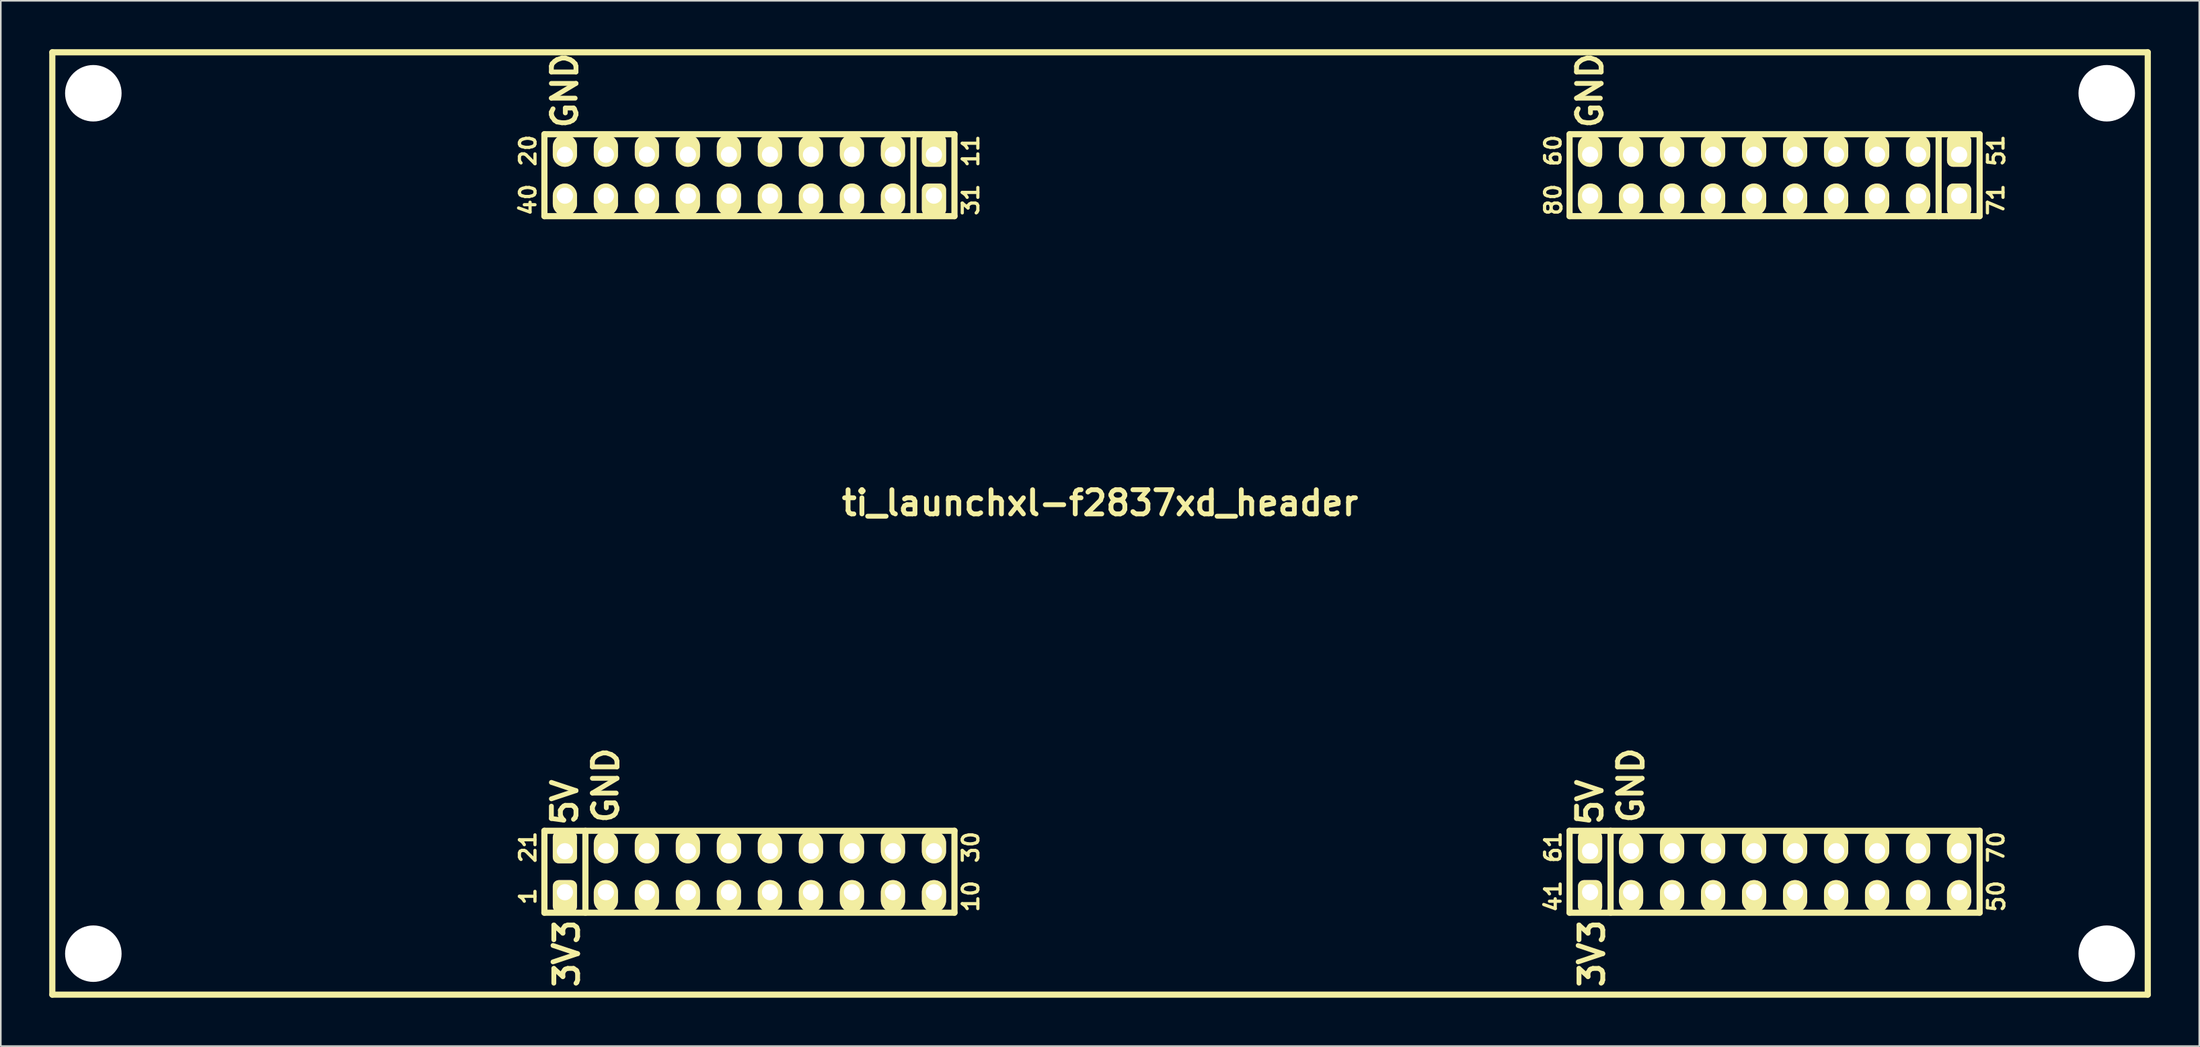
<source format=kicad_pcb>
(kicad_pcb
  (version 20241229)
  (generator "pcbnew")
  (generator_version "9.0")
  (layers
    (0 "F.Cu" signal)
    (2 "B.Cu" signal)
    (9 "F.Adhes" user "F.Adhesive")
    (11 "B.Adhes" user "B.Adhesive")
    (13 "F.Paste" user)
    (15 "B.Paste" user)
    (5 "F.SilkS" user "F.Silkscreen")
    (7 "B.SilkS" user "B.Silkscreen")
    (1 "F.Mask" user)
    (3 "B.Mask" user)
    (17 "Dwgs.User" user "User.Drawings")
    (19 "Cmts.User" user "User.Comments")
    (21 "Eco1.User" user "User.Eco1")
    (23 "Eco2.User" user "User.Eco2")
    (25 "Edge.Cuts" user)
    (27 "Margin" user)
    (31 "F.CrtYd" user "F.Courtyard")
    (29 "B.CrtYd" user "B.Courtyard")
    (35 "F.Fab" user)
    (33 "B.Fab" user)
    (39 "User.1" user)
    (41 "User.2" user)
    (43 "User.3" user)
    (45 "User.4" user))
  (footprint "ti_launchxl-f2837xd_header"
    (layer "F.Cu")
    (at 65.088 29.401)
    (property "Reference" "ti_launchxl-f2837xd_header" (at 0 -1.27 0) (layer "F.SilkS") (effects (font (size 1.5 1.5) (thickness 0.3))))
    (attr through_hole)
    (fp_line (start -64.897 29.21) (end -64.897 -29.21) (stroke (width 0.381) (type solid)) (layer "F.SilkS"))
    (fp_line (start -64.897 29.21) (end 64.897 29.21) (stroke (width 0.381) (type solid)) (layer "F.SilkS"))
    (fp_line (start -35.966 -23.622) (end -35.966 -23.52) (stroke (width 0.2) (type solid)) (layer "F.SilkS"))
    (fp_line (start -35.966 -23.52) (end -35.916 -23.419) (stroke (width 0.2) (type solid)) (layer "F.SilkS"))
    (fp_line (start -35.966 -22.758) (end -35.966 -22.504) (stroke (width 0.2) (type solid)) (layer "F.SilkS"))
    (fp_line (start -35.966 -22.504) (end -35.916 -22.403) (stroke (width 0.2) (type solid)) (layer "F.SilkS"))
    (fp_line (start -35.966 -20.574) (end -35.966 -20.472) (stroke (width 0.2) (type solid)) (layer "F.SilkS"))
    (fp_line (start -35.966 -20.472) (end -35.916 -20.371) (stroke (width 0.2) (type solid)) (layer "F.SilkS"))
    (fp_line (start -35.966 20.422) (end -35.966 20.676) (stroke (width 0.2) (type solid)) (layer "F.SilkS"))
    (fp_line (start -35.966 20.676) (end -35.916 20.777) (stroke (width 0.2) (type solid)) (layer "F.SilkS"))
    (fp_line (start -35.916 -23.724) (end -35.966 -23.622) (stroke (width 0.2) (type solid)) (layer "F.SilkS"))
    (fp_line (start -35.916 -23.419) (end -35.814 -23.368) (stroke (width 0.2) (type solid)) (layer "F.SilkS"))
    (fp_line (start -35.916 -22.86) (end -35.966 -22.758) (stroke (width 0.2) (type solid)) (layer "F.SilkS"))
    (fp_line (start -35.916 -22.403) (end -35.865 -22.352) (stroke (width 0.2) (type solid)) (layer "F.SilkS"))
    (fp_line (start -35.916 -20.676) (end -35.966 -20.574) (stroke (width 0.2) (type solid)) (layer "F.SilkS"))
    (fp_line (start -35.916 -20.371) (end -35.814 -20.32) (stroke (width 0.2) (type solid)) (layer "F.SilkS"))
    (fp_line (start -35.916 20.32) (end -35.966 20.422) (stroke (width 0.2) (type solid)) (layer "F.SilkS"))
    (fp_line (start -35.916 20.777) (end -35.865 20.828) (stroke (width 0.2) (type solid)) (layer "F.SilkS"))
    (fp_line (start -35.865 -23.774) (end -35.916 -23.724) (stroke (width 0.2) (type solid)) (layer "F.SilkS"))
    (fp_line (start -35.865 -20.726) (end -35.916 -20.676) (stroke (width 0.2) (type solid)) (layer "F.SilkS"))
    (fp_line (start -35.814 -23.368) (end -35.611 -23.317) (stroke (width 0.2) (type solid)) (layer "F.SilkS"))
    (fp_line (start -35.814 -22.911) (end -35.916 -22.86) (stroke (width 0.2) (type solid)) (layer "F.SilkS"))
    (fp_line (start -35.814 -20.32) (end -35.611 -20.269) (stroke (width 0.2) (type solid)) (layer "F.SilkS"))
    (fp_line (start -35.814 20.269) (end -35.916 20.32) (stroke (width 0.2) (type solid)) (layer "F.SilkS"))
    (fp_line (start -35.763 -23.825) (end -35.865 -23.774) (stroke (width 0.2) (type solid)) (layer "F.SilkS"))
    (fp_line (start -35.763 -20.777) (end -35.865 -20.726) (stroke (width 0.2) (type solid)) (layer "F.SilkS"))
    (fp_line (start -35.763 19.761) (end -35.966 19.609) (stroke (width 0.2) (type solid)) (layer "F.SilkS"))
    (fp_line (start -35.763 23.266) (end -35.966 23.114) (stroke (width 0.2) (type solid)) (layer "F.SilkS"))
    (fp_line (start -35.662 -22.911) (end -35.814 -22.911) (stroke (width 0.2) (type solid)) (layer "F.SilkS"))
    (fp_line (start -35.662 19.914) (end -35.763 19.761) (stroke (width 0.2) (type solid)) (layer "F.SilkS"))
    (fp_line (start -35.662 20.269) (end -35.814 20.269) (stroke (width 0.2) (type solid)) (layer "F.SilkS"))
    (fp_line (start -35.662 23.419) (end -35.763 23.266) (stroke (width 0.2) (type solid)) (layer "F.SilkS"))
    (fp_line (start -35.611 -23.317) (end -35.357 -23.317) (stroke (width 0.2) (type solid)) (layer "F.SilkS"))
    (fp_line (start -35.611 -20.269) (end -35.357 -20.269) (stroke (width 0.2) (type solid)) (layer "F.SilkS"))
    (fp_line (start -35.56 -23.876) (end -35.763 -23.825) (stroke (width 0.2) (type solid)) (layer "F.SilkS"))
    (fp_line (start -35.56 -22.86) (end -35.662 -22.911) (stroke (width 0.2) (type solid)) (layer "F.SilkS"))
    (fp_line (start -35.56 -20.828) (end -35.763 -20.777) (stroke (width 0.2) (type solid)) (layer "F.SilkS"))
    (fp_line (start -35.56 20.32) (end -35.662 20.269) (stroke (width 0.2) (type solid)) (layer "F.SilkS"))
    (fp_line (start -35.357 -23.876) (end -35.56 -23.876) (stroke (width 0.2) (type solid)) (layer "F.SilkS"))
    (fp_line (start -35.357 -23.317) (end -35.154 -23.368) (stroke (width 0.2) (type solid)) (layer "F.SilkS"))
    (fp_line (start -35.357 -20.828) (end -35.56 -20.828) (stroke (width 0.2) (type solid)) (layer "F.SilkS"))
    (fp_line (start -35.357 -20.269) (end -35.154 -20.32) (stroke (width 0.2) (type solid)) (layer "F.SilkS"))
    (fp_line (start -35.306 -19.304) (end -36.017 -19.558) (stroke (width 0.2) (type solid)) (layer "F.SilkS"))
    (fp_line (start -35.306 -19.304) (end -35.306 -19.914) (stroke (width 0.2) (type solid)) (layer "F.SilkS"))
    (fp_line (start -35.154 -23.825) (end -35.357 -23.876) (stroke (width 0.2) (type solid)) (layer "F.SilkS"))
    (fp_line (start -35.154 -23.368) (end -35.052 -23.419) (stroke (width 0.2) (type solid)) (layer "F.SilkS"))
    (fp_line (start -35.154 -20.777) (end -35.357 -20.828) (stroke (width 0.2) (type solid)) (layer "F.SilkS"))
    (fp_line (start -35.154 -20.32) (end -35.052 -20.371) (stroke (width 0.2) (type solid)) (layer "F.SilkS"))
    (fp_line (start -35.052 -23.774) (end -35.154 -23.825) (stroke (width 0.2) (type solid)) (layer "F.SilkS"))
    (fp_line (start -35.052 -23.419) (end -35.001 -23.52) (stroke (width 0.2) (type solid)) (layer "F.SilkS"))
    (fp_line (start -35.052 -20.726) (end -35.154 -20.777) (stroke (width 0.2) (type solid)) (layer "F.SilkS"))
    (fp_line (start -35.052 -20.371) (end -35.001 -20.472) (stroke (width 0.2) (type solid)) (layer "F.SilkS"))
    (fp_line (start -35.001 -23.673) (end -35.052 -23.774) (stroke (width 0.2) (type solid)) (layer "F.SilkS"))
    (fp_line (start -35.001 -23.52) (end -35.001 -23.673) (stroke (width 0.2) (type solid)) (layer "F.SilkS"))
    (fp_line (start -35.001 -22.301) (end -35.56 -22.86) (stroke (width 0.2) (type solid)) (layer "F.SilkS"))
    (fp_line (start -35.001 -22.301) (end -35.001 -22.911) (stroke (width 0.2) (type solid)) (layer "F.SilkS"))
    (fp_line (start -35.001 -20.625) (end -35.052 -20.726) (stroke (width 0.2) (type solid)) (layer "F.SilkS"))
    (fp_line (start -35.001 -20.472) (end -35.001 -20.625) (stroke (width 0.2) (type solid)) (layer "F.SilkS"))
    (fp_line (start -35.001 -19.761) (end -35.662 -19.761) (stroke (width 0.2) (type solid)) (layer "F.SilkS"))
    (fp_line (start -35.001 19.609) (end -35.966 19.609) (stroke (width 0.2) (type solid)) (layer "F.SilkS"))
    (fp_line (start -35.001 19.914) (end -35.001 19.304) (stroke (width 0.2) (type solid)) (layer "F.SilkS"))
    (fp_line (start -35.001 20.879) (end -35.56 20.32) (stroke (width 0.2) (type solid)) (layer "F.SilkS"))
    (fp_line (start -35.001 20.879) (end -35.001 20.269) (stroke (width 0.2) (type solid)) (layer "F.SilkS"))
    (fp_line (start -35.001 23.114) (end -35.966 23.114) (stroke (width 0.2) (type solid)) (layer "F.SilkS"))
    (fp_line (start -35.001 23.419) (end -35.001 22.809) (stroke (width 0.2) (type solid)) (layer "F.SilkS"))
    (fp_line (start -34.417 -24.13) (end -34.417 -19.05) (stroke (width 0.381) (type solid)) (layer "F.SilkS"))
    (fp_line (start -34.417 -24.13) (end -9.017 -24.13) (stroke (width 0.381) (type solid)) (layer "F.SilkS"))
    (fp_line (start -34.417 -19.05) (end -9.017 -19.05) (stroke (width 0.381) (type solid)) (layer "F.SilkS"))
    (fp_line (start -34.417 24.13) (end -34.417 19.05) (stroke (width 0.381) (type solid)) (layer "F.SilkS"))
    (fp_line (start -33.985 -28.346) (end -33.934 -28.499) (stroke (width 0.3) (type solid)) (layer "F.SilkS"))
    (fp_line (start -33.985 -27.991) (end -33.985 -28.346) (stroke (width 0.3) (type solid)) (layer "F.SilkS"))
    (fp_line (start -33.985 -27.991) (end -32.461 -27.991) (stroke (width 0.3) (type solid)) (layer "F.SilkS"))
    (fp_line (start -33.985 -26.365) (end -32.461 -27.28) (stroke (width 0.3) (type solid)) (layer "F.SilkS"))
    (fp_line (start -33.985 -25.502) (end -33.985 -25.349) (stroke (width 0.3) (type solid)) (layer "F.SilkS"))
    (fp_line (start -33.985 -25.349) (end -33.934 -25.197) (stroke (width 0.3) (type solid)) (layer "F.SilkS"))
    (fp_line (start -33.985 17.069) (end -32.461 16.561) (stroke (width 0.3) (type solid)) (layer "F.SilkS"))
    (fp_line (start -33.985 17.526) (end -33.985 18.288) (stroke (width 0.3) (type solid)) (layer "F.SilkS"))
    (fp_line (start -33.985 18.288) (end -33.223 18.39) (stroke (width 0.3) (type solid)) (layer "F.SilkS"))
    (fp_line (start -33.934 -28.499) (end -33.782 -28.651) (stroke (width 0.3) (type solid)) (layer "F.SilkS"))
    (fp_line (start -33.934 -25.197) (end -33.782 -24.994) (stroke (width 0.3) (type solid)) (layer "F.SilkS"))
    (fp_line (start -33.884 -25.705) (end -33.985 -25.502) (stroke (width 0.3) (type solid)) (layer "F.SilkS"))
    (fp_line (start -33.884 27.178) (end -32.36 26.67) (stroke (width 0.3) (type solid)) (layer "F.SilkS"))
    (fp_line (start -33.833 24.892) (end -33.274 25.4) (stroke (width 0.3) (type solid)) (layer "F.SilkS"))
    (fp_line (start -33.833 25.806) (end -33.833 24.892) (stroke (width 0.3) (type solid)) (layer "F.SilkS"))
    (fp_line (start -33.833 27.584) (end -33.274 28.092) (stroke (width 0.3) (type solid)) (layer "F.SilkS"))
    (fp_line (start -33.833 28.499) (end -33.833 27.584) (stroke (width 0.3) (type solid)) (layer "F.SilkS"))
    (fp_line (start -33.782 -28.651) (end -33.63 -28.753) (stroke (width 0.3) (type solid)) (layer "F.SilkS"))
    (fp_line (start -33.782 -24.994) (end -33.63 -24.892) (stroke (width 0.3) (type solid)) (layer "F.SilkS"))
    (fp_line (start -33.63 -28.753) (end -33.325 -28.854) (stroke (width 0.3) (type solid)) (layer "F.SilkS"))
    (fp_line (start -33.63 -24.892) (end -33.325 -24.841) (stroke (width 0.3) (type solid)) (layer "F.SilkS"))
    (fp_line (start -33.426 17.78) (end -33.325 17.628) (stroke (width 0.3) (type solid)) (layer "F.SilkS"))
    (fp_line (start -33.426 18.085) (end -33.426 17.78) (stroke (width 0.3) (type solid)) (layer "F.SilkS"))
    (fp_line (start -33.325 -24.841) (end -33.122 -24.841) (stroke (width 0.3) (type solid)) (layer "F.SilkS"))
    (fp_line (start -33.325 17.628) (end -33.223 17.526) (stroke (width 0.3) (type solid)) (layer "F.SilkS"))
    (fp_line (start -33.325 18.288) (end -33.426 18.085) (stroke (width 0.3) (type solid)) (layer "F.SilkS"))
    (fp_line (start -33.274 25.146) (end -33.172 24.994) (stroke (width 0.3) (type solid)) (layer "F.SilkS"))
    (fp_line (start -33.274 25.4) (end -33.274 25.146) (stroke (width 0.3) (type solid)) (layer "F.SilkS"))
    (fp_line (start -33.274 27.838) (end -33.172 27.686) (stroke (width 0.3) (type solid)) (layer "F.SilkS"))
    (fp_line (start -33.274 28.092) (end -33.274 27.838) (stroke (width 0.3) (type solid)) (layer "F.SilkS"))
    (fp_line (start -33.223 17.526) (end -33.122 17.475) (stroke (width 0.3) (type solid)) (layer "F.SilkS"))
    (fp_line (start -33.223 18.39) (end -33.325 18.288) (stroke (width 0.3) (type solid)) (layer "F.SilkS"))
    (fp_line (start -33.172 24.994) (end -33.122 24.943) (stroke (width 0.3) (type solid)) (layer "F.SilkS"))
    (fp_line (start -33.172 27.686) (end -33.122 27.635) (stroke (width 0.3) (type solid)) (layer "F.SilkS"))
    (fp_line (start -33.122 -28.854) (end -33.325 -28.854) (stroke (width 0.3) (type solid)) (layer "F.SilkS"))
    (fp_line (start -33.122 -25.756) (end -33.122 -25.451) (stroke (width 0.3) (type solid)) (layer "F.SilkS"))
    (fp_line (start -33.122 -24.841) (end -32.868 -24.892) (stroke (width 0.3) (type solid)) (layer "F.SilkS"))
    (fp_line (start -33.122 17.475) (end -32.715 17.475) (stroke (width 0.3) (type solid)) (layer "F.SilkS"))
    (fp_line (start -33.122 24.943) (end -32.969 24.892) (stroke (width 0.3) (type solid)) (layer "F.SilkS"))
    (fp_line (start -33.122 27.635) (end -32.969 27.584) (stroke (width 0.3) (type solid)) (layer "F.SilkS"))
    (fp_line (start -32.969 24.892) (end -32.614 24.892) (stroke (width 0.3) (type solid)) (layer "F.SilkS"))
    (fp_line (start -32.969 27.584) (end -32.614 27.584) (stroke (width 0.3) (type solid)) (layer "F.SilkS"))
    (fp_line (start -32.868 -24.892) (end -32.664 -24.994) (stroke (width 0.3) (type solid)) (layer "F.SilkS"))
    (fp_line (start -32.817 -28.753) (end -33.122 -28.854) (stroke (width 0.3) (type solid)) (layer "F.SilkS"))
    (fp_line (start -32.715 17.475) (end -32.614 17.526) (stroke (width 0.3) (type solid)) (layer "F.SilkS"))
    (fp_line (start -32.664 -28.651) (end -32.817 -28.753) (stroke (width 0.3) (type solid)) (layer "F.SilkS"))
    (fp_line (start -32.664 -24.994) (end -32.563 -25.095) (stroke (width 0.3) (type solid)) (layer "F.SilkS"))
    (fp_line (start -32.614 -25.756) (end -33.122 -25.756) (stroke (width 0.3) (type solid)) (layer "F.SilkS"))
    (fp_line (start -32.614 17.526) (end -32.512 17.628) (stroke (width 0.3) (type solid)) (layer "F.SilkS"))
    (fp_line (start -32.614 24.892) (end -32.461 24.994) (stroke (width 0.3) (type solid)) (layer "F.SilkS"))
    (fp_line (start -32.614 27.584) (end -32.461 27.686) (stroke (width 0.3) (type solid)) (layer "F.SilkS"))
    (fp_line (start -32.563 -25.705) (end -32.614 -25.756) (stroke (width 0.3) (type solid)) (layer "F.SilkS"))
    (fp_line (start -32.563 -25.095) (end -32.461 -25.349) (stroke (width 0.3) (type solid)) (layer "F.SilkS"))
    (fp_line (start -32.512 -28.499) (end -32.664 -28.651) (stroke (width 0.3) (type solid)) (layer "F.SilkS"))
    (fp_line (start -32.512 -26.365) (end -33.985 -26.365) (stroke (width 0.3) (type solid)) (layer "F.SilkS"))
    (fp_line (start -32.512 17.628) (end -32.461 17.729) (stroke (width 0.3) (type solid)) (layer "F.SilkS"))
    (fp_line (start -32.512 18.237) (end -32.614 18.339) (stroke (width 0.3) (type solid)) (layer "F.SilkS"))
    (fp_line (start -32.461 -28.346) (end -32.512 -28.499) (stroke (width 0.3) (type solid)) (layer "F.SilkS"))
    (fp_line (start -32.461 -27.991) (end -32.461 -28.346) (stroke (width 0.3) (type solid)) (layer "F.SilkS"))
    (fp_line (start -32.461 -27.28) (end -33.985 -27.28) (stroke (width 0.3) (type solid)) (layer "F.SilkS"))
    (fp_line (start -32.461 -25.451) (end -32.563 -25.705) (stroke (width 0.3) (type solid)) (layer "F.SilkS"))
    (fp_line (start -32.461 -25.349) (end -32.461 -25.451) (stroke (width 0.3) (type solid)) (layer "F.SilkS"))
    (fp_line (start -32.461 16.561) (end -33.985 16.053) (stroke (width 0.3) (type solid)) (layer "F.SilkS"))
    (fp_line (start -32.461 17.729) (end -32.461 18.085) (stroke (width 0.3) (type solid)) (layer "F.SilkS"))
    (fp_line (start -32.461 18.085) (end -32.512 18.237) (stroke (width 0.3) (type solid)) (layer "F.SilkS"))
    (fp_line (start -32.461 24.994) (end -32.41 25.044) (stroke (width 0.3) (type solid)) (layer "F.SilkS"))
    (fp_line (start -32.461 27.686) (end -32.41 27.737) (stroke (width 0.3) (type solid)) (layer "F.SilkS"))
    (fp_line (start -32.41 25.044) (end -32.36 25.197) (stroke (width 0.3) (type solid)) (layer "F.SilkS"))
    (fp_line (start -32.41 25.756) (end -32.461 25.806) (stroke (width 0.3) (type solid)) (layer "F.SilkS"))
    (fp_line (start -32.41 27.737) (end -32.36 27.889) (stroke (width 0.3) (type solid)) (layer "F.SilkS"))
    (fp_line (start -32.41 28.448) (end -32.461 28.499) (stroke (width 0.3) (type solid)) (layer "F.SilkS"))
    (fp_line (start -32.36 25.197) (end -32.36 25.603) (stroke (width 0.3) (type solid)) (layer "F.SilkS"))
    (fp_line (start -32.36 25.603) (end -32.41 25.756) (stroke (width 0.3) (type solid)) (layer "F.SilkS"))
    (fp_line (start -32.36 26.67) (end -33.884 26.162) (stroke (width 0.3) (type solid)) (layer "F.SilkS"))
    (fp_line (start -32.36 27.889) (end -32.36 28.296) (stroke (width 0.3) (type solid)) (layer "F.SilkS"))
    (fp_line (start -32.36 28.296) (end -32.41 28.448) (stroke (width 0.3) (type solid)) (layer "F.SilkS"))
    (fp_line (start -31.877 24.13) (end -31.877 19.05) (stroke (width 0.381) (type solid)) (layer "F.SilkS"))
    (fp_line (start -31.445 14.732) (end -31.394 14.58) (stroke (width 0.3) (type solid)) (layer "F.SilkS"))
    (fp_line (start -31.445 15.088) (end -31.445 14.732) (stroke (width 0.3) (type solid)) (layer "F.SilkS"))
    (fp_line (start -31.445 15.088) (end -29.921 15.088) (stroke (width 0.3) (type solid)) (layer "F.SilkS"))
    (fp_line (start -31.445 16.713) (end -29.921 15.799) (stroke (width 0.3) (type solid)) (layer "F.SilkS"))
    (fp_line (start -31.445 17.577) (end -31.445 17.729) (stroke (width 0.3) (type solid)) (layer "F.SilkS"))
    (fp_line (start -31.445 17.729) (end -31.394 17.882) (stroke (width 0.3) (type solid)) (layer "F.SilkS"))
    (fp_line (start -31.394 14.58) (end -31.242 14.427) (stroke (width 0.3) (type solid)) (layer "F.SilkS"))
    (fp_line (start -31.394 17.882) (end -31.242 18.085) (stroke (width 0.3) (type solid)) (layer "F.SilkS"))
    (fp_line (start -31.344 17.374) (end -31.445 17.577) (stroke (width 0.3) (type solid)) (layer "F.SilkS"))
    (fp_line (start -31.242 14.427) (end -31.09 14.326) (stroke (width 0.3) (type solid)) (layer "F.SilkS"))
    (fp_line (start -31.242 18.085) (end -31.09 18.186) (stroke (width 0.3) (type solid)) (layer "F.SilkS"))
    (fp_line (start -31.09 14.326) (end -30.785 14.224) (stroke (width 0.3) (type solid)) (layer "F.SilkS"))
    (fp_line (start -31.09 18.186) (end -30.785 18.237) (stroke (width 0.3) (type solid)) (layer "F.SilkS"))
    (fp_line (start -30.785 18.237) (end -30.582 18.237) (stroke (width 0.3) (type solid)) (layer "F.SilkS"))
    (fp_line (start -30.582 14.224) (end -30.785 14.224) (stroke (width 0.3) (type solid)) (layer "F.SilkS"))
    (fp_line (start -30.582 17.323) (end -30.582 17.628) (stroke (width 0.3) (type solid)) (layer "F.SilkS"))
    (fp_line (start -30.582 18.237) (end -30.328 18.186) (stroke (width 0.3) (type solid)) (layer "F.SilkS"))
    (fp_line (start -30.328 18.186) (end -30.124 18.085) (stroke (width 0.3) (type solid)) (layer "F.SilkS"))
    (fp_line (start -30.277 14.326) (end -30.582 14.224) (stroke (width 0.3) (type solid)) (layer "F.SilkS"))
    (fp_line (start -30.124 14.427) (end -30.277 14.326) (stroke (width 0.3) (type solid)) (layer "F.SilkS"))
    (fp_line (start -30.124 18.085) (end -30.023 17.983) (stroke (width 0.3) (type solid)) (layer "F.SilkS"))
    (fp_line (start -30.074 17.323) (end -30.582 17.323) (stroke (width 0.3) (type solid)) (layer "F.SilkS"))
    (fp_line (start -30.023 17.374) (end -30.074 17.323) (stroke (width 0.3) (type solid)) (layer "F.SilkS"))
    (fp_line (start -30.023 17.983) (end -29.921 17.729) (stroke (width 0.3) (type solid)) (layer "F.SilkS"))
    (fp_line (start -29.972 14.58) (end -30.124 14.427) (stroke (width 0.3) (type solid)) (layer "F.SilkS"))
    (fp_line (start -29.972 16.713) (end -31.445 16.713) (stroke (width 0.3) (type solid)) (layer "F.SilkS"))
    (fp_line (start -29.921 14.732) (end -29.972 14.58) (stroke (width 0.3) (type solid)) (layer "F.SilkS"))
    (fp_line (start -29.921 15.088) (end -29.921 14.732) (stroke (width 0.3) (type solid)) (layer "F.SilkS"))
    (fp_line (start -29.921 15.799) (end -31.445 15.799) (stroke (width 0.3) (type solid)) (layer "F.SilkS"))
    (fp_line (start -29.921 17.628) (end -30.023 17.374) (stroke (width 0.3) (type solid)) (layer "F.SilkS"))
    (fp_line (start -29.921 17.729) (end -29.921 17.628) (stroke (width 0.3) (type solid)) (layer "F.SilkS"))
    (fp_line (start -11.557 -24.13) (end -11.557 -19.05) (stroke (width 0.381) (type solid)) (layer "F.SilkS"))
    (fp_line (start -9.017 -24.13) (end -9.017 -19.05) (stroke (width 0.381) (type solid)) (layer "F.SilkS"))
    (fp_line (start -9.017 19.05) (end -34.417 19.05) (stroke (width 0.381) (type solid)) (layer "F.SilkS"))
    (fp_line (start -9.017 24.13) (end -34.417 24.13) (stroke (width 0.381) (type solid)) (layer "F.SilkS"))
    (fp_line (start -9.017 24.13) (end -9.017 19.05) (stroke (width 0.381) (type solid)) (layer "F.SilkS"))
    (fp_line (start -8.534 -19.253) (end -8.534 -19.863) (stroke (width 0.2) (type solid)) (layer "F.SilkS"))
    (fp_line (start -8.534 19.558) (end -8.534 19.66) (stroke (width 0.2) (type solid)) (layer "F.SilkS"))
    (fp_line (start -8.534 19.66) (end -8.484 19.761) (stroke (width 0.2) (type solid)) (layer "F.SilkS"))
    (fp_line (start -8.534 20.879) (end -8.534 20.269) (stroke (width 0.2) (type solid)) (layer "F.SilkS"))
    (fp_line (start -8.534 22.606) (end -8.534 22.708) (stroke (width 0.2) (type solid)) (layer "F.SilkS"))
    (fp_line (start -8.534 22.708) (end -8.484 22.809) (stroke (width 0.2) (type solid)) (layer "F.SilkS"))
    (fp_line (start -8.484 19.456) (end -8.534 19.558) (stroke (width 0.2) (type solid)) (layer "F.SilkS"))
    (fp_line (start -8.484 19.761) (end -8.382 19.812) (stroke (width 0.2) (type solid)) (layer "F.SilkS"))
    (fp_line (start -8.484 22.504) (end -8.534 22.606) (stroke (width 0.2) (type solid)) (layer "F.SilkS"))
    (fp_line (start -8.484 22.809) (end -8.382 22.86) (stroke (width 0.2) (type solid)) (layer "F.SilkS"))
    (fp_line (start -8.433 19.406) (end -8.484 19.456) (stroke (width 0.2) (type solid)) (layer "F.SilkS"))
    (fp_line (start -8.433 22.454) (end -8.484 22.504) (stroke (width 0.2) (type solid)) (layer "F.SilkS"))
    (fp_line (start -8.382 19.812) (end -8.179 19.863) (stroke (width 0.2) (type solid)) (layer "F.SilkS"))
    (fp_line (start -8.382 22.86) (end -8.179 22.911) (stroke (width 0.2) (type solid)) (layer "F.SilkS"))
    (fp_line (start -8.331 -23.419) (end -8.534 -23.571) (stroke (width 0.2) (type solid)) (layer "F.SilkS"))
    (fp_line (start -8.331 -22.454) (end -8.534 -22.606) (stroke (width 0.2) (type solid)) (layer "F.SilkS"))
    (fp_line (start -8.331 -20.371) (end -8.534 -20.523) (stroke (width 0.2) (type solid)) (layer "F.SilkS"))
    (fp_line (start -8.331 19.355) (end -8.433 19.406) (stroke (width 0.2) (type solid)) (layer "F.SilkS"))
    (fp_line (start -8.331 22.403) (end -8.433 22.454) (stroke (width 0.2) (type solid)) (layer "F.SilkS"))
    (fp_line (start -8.331 23.724) (end -8.534 23.571) (stroke (width 0.2) (type solid)) (layer "F.SilkS"))
    (fp_line (start -8.23 -23.266) (end -8.331 -23.419) (stroke (width 0.2) (type solid)) (layer "F.SilkS"))
    (fp_line (start -8.23 -22.301) (end -8.331 -22.454) (stroke (width 0.2) (type solid)) (layer "F.SilkS"))
    (fp_line (start -8.23 -20.218) (end -8.331 -20.371) (stroke (width 0.2) (type solid)) (layer "F.SilkS"))
    (fp_line (start -8.23 23.876) (end -8.331 23.724) (stroke (width 0.2) (type solid)) (layer "F.SilkS"))
    (fp_line (start -8.179 -19.71) (end -8.179 -19.558) (stroke (width 0.2) (type solid)) (layer "F.SilkS"))
    (fp_line (start -8.179 -19.558) (end -8.534 -19.863) (stroke (width 0.2) (type solid)) (layer "F.SilkS"))
    (fp_line (start -8.179 19.863) (end -7.925 19.863) (stroke (width 0.2) (type solid)) (layer "F.SilkS"))
    (fp_line (start -8.179 20.422) (end -8.179 20.574) (stroke (width 0.2) (type solid)) (layer "F.SilkS"))
    (fp_line (start -8.179 20.574) (end -8.534 20.269) (stroke (width 0.2) (type solid)) (layer "F.SilkS"))
    (fp_line (start -8.179 22.911) (end -7.925 22.911) (stroke (width 0.2) (type solid)) (layer "F.SilkS"))
    (fp_line (start -8.128 19.304) (end -8.331 19.355) (stroke (width 0.2) (type solid)) (layer "F.SilkS"))
    (fp_line (start -8.128 22.352) (end -8.331 22.403) (stroke (width 0.2) (type solid)) (layer "F.SilkS"))
    (fp_line (start -8.077 -19.812) (end -8.179 -19.71) (stroke (width 0.2) (type solid)) (layer "F.SilkS"))
    (fp_line (start -8.077 20.32) (end -8.179 20.422) (stroke (width 0.2) (type solid)) (layer "F.SilkS"))
    (fp_line (start -7.976 -19.863) (end -8.077 -19.812) (stroke (width 0.2) (type solid)) (layer "F.SilkS"))
    (fp_line (start -7.976 20.269) (end -8.077 20.32) (stroke (width 0.2) (type solid)) (layer "F.SilkS"))
    (fp_line (start -7.925 19.304) (end -8.128 19.304) (stroke (width 0.2) (type solid)) (layer "F.SilkS"))
    (fp_line (start -7.925 19.863) (end -7.722 19.812) (stroke (width 0.2) (type solid)) (layer "F.SilkS"))
    (fp_line (start -7.925 22.352) (end -8.128 22.352) (stroke (width 0.2) (type solid)) (layer "F.SilkS"))
    (fp_line (start -7.925 22.911) (end -7.722 22.86) (stroke (width 0.2) (type solid)) (layer "F.SilkS"))
    (fp_line (start -7.722 -19.863) (end -7.976 -19.863) (stroke (width 0.2) (type solid)) (layer "F.SilkS"))
    (fp_line (start -7.722 19.355) (end -7.925 19.304) (stroke (width 0.2) (type solid)) (layer "F.SilkS"))
    (fp_line (start -7.722 19.812) (end -7.62 19.761) (stroke (width 0.2) (type solid)) (layer "F.SilkS"))
    (fp_line (start -7.722 20.269) (end -7.976 20.269) (stroke (width 0.2) (type solid)) (layer "F.SilkS"))
    (fp_line (start -7.722 22.403) (end -7.925 22.352) (stroke (width 0.2) (type solid)) (layer "F.SilkS"))
    (fp_line (start -7.722 22.86) (end -7.62 22.809) (stroke (width 0.2) (type solid)) (layer "F.SilkS"))
    (fp_line (start -7.671 -19.253) (end -7.62 -19.304) (stroke (width 0.2) (type solid)) (layer "F.SilkS"))
    (fp_line (start -7.671 20.879) (end -7.62 20.828) (stroke (width 0.2) (type solid)) (layer "F.SilkS"))
    (fp_line (start -7.62 -19.812) (end -7.722 -19.863) (stroke (width 0.2) (type solid)) (layer "F.SilkS"))
    (fp_line (start -7.62 -19.304) (end -7.569 -19.406) (stroke (width 0.2) (type solid)) (layer "F.SilkS"))
    (fp_line (start -7.62 19.406) (end -7.722 19.355) (stroke (width 0.2) (type solid)) (layer "F.SilkS"))
    (fp_line (start -7.62 19.761) (end -7.569 19.66) (stroke (width 0.2) (type solid)) (layer "F.SilkS"))
    (fp_line (start -7.62 20.32) (end -7.722 20.269) (stroke (width 0.2) (type solid)) (layer "F.SilkS"))
    (fp_line (start -7.62 20.828) (end -7.569 20.726) (stroke (width 0.2) (type solid)) (layer "F.SilkS"))
    (fp_line (start -7.62 22.454) (end -7.722 22.403) (stroke (width 0.2) (type solid)) (layer "F.SilkS"))
    (fp_line (start -7.62 22.809) (end -7.569 22.708) (stroke (width 0.2) (type solid)) (layer "F.SilkS"))
    (fp_line (start -7.569 -23.571) (end -8.534 -23.571) (stroke (width 0.2) (type solid)) (layer "F.SilkS"))
    (fp_line (start -7.569 -23.266) (end -7.569 -23.876) (stroke (width 0.2) (type solid)) (layer "F.SilkS"))
    (fp_line (start -7.569 -22.606) (end -8.534 -22.606) (stroke (width 0.2) (type solid)) (layer "F.SilkS"))
    (fp_line (start -7.569 -22.301) (end -7.569 -22.911) (stroke (width 0.2) (type solid)) (layer "F.SilkS"))
    (fp_line (start -7.569 -20.523) (end -8.534 -20.523) (stroke (width 0.2) (type solid)) (layer "F.SilkS"))
    (fp_line (start -7.569 -20.218) (end -7.569 -20.828) (stroke (width 0.2) (type solid)) (layer "F.SilkS"))
    (fp_line (start -7.569 -19.71) (end -7.62 -19.812) (stroke (width 0.2) (type solid)) (layer "F.SilkS"))
    (fp_line (start -7.569 -19.406) (end -7.569 -19.71) (stroke (width 0.2) (type solid)) (layer "F.SilkS"))
    (fp_line (start -7.569 19.507) (end -7.62 19.406) (stroke (width 0.2) (type solid)) (layer "F.SilkS"))
    (fp_line (start -7.569 19.66) (end -7.569 19.507) (stroke (width 0.2) (type solid)) (layer "F.SilkS"))
    (fp_line (start -7.569 20.422) (end -7.62 20.32) (stroke (width 0.2) (type solid)) (layer "F.SilkS"))
    (fp_line (start -7.569 20.726) (end -7.569 20.422) (stroke (width 0.2) (type solid)) (layer "F.SilkS"))
    (fp_line (start -7.569 22.555) (end -7.62 22.454) (stroke (width 0.2) (type solid)) (layer "F.SilkS"))
    (fp_line (start -7.569 22.708) (end -7.569 22.555) (stroke (width 0.2) (type solid)) (layer "F.SilkS"))
    (fp_line (start -7.569 23.571) (end -8.534 23.571) (stroke (width 0.2) (type solid)) (layer "F.SilkS"))
    (fp_line (start -7.569 23.876) (end -7.569 23.266) (stroke (width 0.2) (type solid)) (layer "F.SilkS"))
    (fp_line (start 27.534 -23.622) (end 27.534 -23.52) (stroke (width 0.2) (type solid)) (layer "F.SilkS"))
    (fp_line (start 27.534 -23.52) (end 27.584 -23.419) (stroke (width 0.2) (type solid)) (layer "F.SilkS"))
    (fp_line (start 27.534 -22.809) (end 27.534 -22.606) (stroke (width 0.2) (type solid)) (layer "F.SilkS"))
    (fp_line (start 27.534 -22.606) (end 27.584 -22.504) (stroke (width 0.2) (type solid)) (layer "F.SilkS"))
    (fp_line (start 27.534 -20.574) (end 27.534 -20.472) (stroke (width 0.2) (type solid)) (layer "F.SilkS"))
    (fp_line (start 27.534 -20.472) (end 27.584 -20.371) (stroke (width 0.2) (type solid)) (layer "F.SilkS"))
    (fp_line (start 27.534 -19.71) (end 27.534 -19.456) (stroke (width 0.2) (type solid)) (layer "F.SilkS"))
    (fp_line (start 27.534 20.371) (end 27.534 20.574) (stroke (width 0.2) (type solid)) (layer "F.SilkS"))
    (fp_line (start 27.534 20.574) (end 27.584 20.676) (stroke (width 0.2) (type solid)) (layer "F.SilkS"))
    (fp_line (start 27.584 -23.724) (end 27.534 -23.622) (stroke (width 0.2) (type solid)) (layer "F.SilkS"))
    (fp_line (start 27.584 -23.419) (end 27.686 -23.368) (stroke (width 0.2) (type solid)) (layer "F.SilkS"))
    (fp_line (start 27.584 -22.504) (end 27.737 -22.403) (stroke (width 0.2) (type solid)) (layer "F.SilkS"))
    (fp_line (start 27.584 -20.676) (end 27.534 -20.574) (stroke (width 0.2) (type solid)) (layer "F.SilkS"))
    (fp_line (start 27.584 -20.371) (end 27.686 -20.32) (stroke (width 0.2) (type solid)) (layer "F.SilkS"))
    (fp_line (start 27.584 -19.812) (end 27.534 -19.71) (stroke (width 0.2) (type solid)) (layer "F.SilkS"))
    (fp_line (start 27.584 -19.355) (end 27.534 -19.456) (stroke (width 0.2) (type solid)) (layer "F.SilkS"))
    (fp_line (start 27.584 20.676) (end 27.737 20.777) (stroke (width 0.2) (type solid)) (layer "F.SilkS"))
    (fp_line (start 27.635 -23.774) (end 27.584 -23.724) (stroke (width 0.2) (type solid)) (layer "F.SilkS"))
    (fp_line (start 27.635 -20.726) (end 27.584 -20.676) (stroke (width 0.2) (type solid)) (layer "F.SilkS"))
    (fp_line (start 27.686 -23.368) (end 27.889 -23.317) (stroke (width 0.2) (type solid)) (layer "F.SilkS"))
    (fp_line (start 27.686 -20.32) (end 27.889 -20.269) (stroke (width 0.2) (type solid)) (layer "F.SilkS"))
    (fp_line (start 27.686 -19.863) (end 27.584 -19.812) (stroke (width 0.2) (type solid)) (layer "F.SilkS"))
    (fp_line (start 27.686 -19.304) (end 27.584 -19.355) (stroke (width 0.2) (type solid)) (layer "F.SilkS"))
    (fp_line (start 27.737 -23.825) (end 27.635 -23.774) (stroke (width 0.2) (type solid)) (layer "F.SilkS"))
    (fp_line (start 27.737 -22.403) (end 27.889 -22.352) (stroke (width 0.2) (type solid)) (layer "F.SilkS"))
    (fp_line (start 27.737 -20.777) (end 27.635 -20.726) (stroke (width 0.2) (type solid)) (layer "F.SilkS"))
    (fp_line (start 27.737 19.761) (end 27.534 19.609) (stroke (width 0.2) (type solid)) (layer "F.SilkS"))
    (fp_line (start 27.737 20.777) (end 27.889 20.828) (stroke (width 0.2) (type solid)) (layer "F.SilkS"))
    (fp_line (start 27.737 22.809) (end 27.534 22.657) (stroke (width 0.2) (type solid)) (layer "F.SilkS"))
    (fp_line (start 27.788 -19.863) (end 27.686 -19.863) (stroke (width 0.2) (type solid)) (layer "F.SilkS"))
    (fp_line (start 27.788 -19.304) (end 27.686 -19.304) (stroke (width 0.2) (type solid)) (layer "F.SilkS"))
    (fp_line (start 27.838 19.914) (end 27.737 19.761) (stroke (width 0.2) (type solid)) (layer "F.SilkS"))
    (fp_line (start 27.838 22.962) (end 27.737 22.809) (stroke (width 0.2) (type solid)) (layer "F.SilkS"))
    (fp_line (start 27.889 -23.317) (end 28.143 -23.317) (stroke (width 0.2) (type solid)) (layer "F.SilkS"))
    (fp_line (start 27.889 -22.758) (end 27.991 -22.86) (stroke (width 0.2) (type solid)) (layer "F.SilkS"))
    (fp_line (start 27.889 -22.606) (end 27.889 -22.758) (stroke (width 0.2) (type solid)) (layer "F.SilkS"))
    (fp_line (start 27.889 -22.352) (end 28.092 -22.352) (stroke (width 0.2) (type solid)) (layer "F.SilkS"))
    (fp_line (start 27.889 -20.269) (end 28.143 -20.269) (stroke (width 0.2) (type solid)) (layer "F.SilkS"))
    (fp_line (start 27.889 -19.812) (end 27.788 -19.863) (stroke (width 0.2) (type solid)) (layer "F.SilkS"))
    (fp_line (start 27.889 -19.355) (end 27.788 -19.304) (stroke (width 0.2) (type solid)) (layer "F.SilkS"))
    (fp_line (start 27.889 20.422) (end 27.991 20.32) (stroke (width 0.2) (type solid)) (layer "F.SilkS"))
    (fp_line (start 27.889 20.574) (end 27.889 20.422) (stroke (width 0.2) (type solid)) (layer "F.SilkS"))
    (fp_line (start 27.889 20.828) (end 28.092 20.828) (stroke (width 0.2) (type solid)) (layer "F.SilkS"))
    (fp_line (start 27.94 -23.876) (end 27.737 -23.825) (stroke (width 0.2) (type solid)) (layer "F.SilkS"))
    (fp_line (start 27.94 -22.504) (end 27.889 -22.606) (stroke (width 0.2) (type solid)) (layer "F.SilkS"))
    (fp_line (start 27.94 -20.828) (end 27.737 -20.777) (stroke (width 0.2) (type solid)) (layer "F.SilkS"))
    (fp_line (start 27.94 -19.71) (end 28.042 -19.812) (stroke (width 0.2) (type solid)) (layer "F.SilkS"))
    (fp_line (start 27.94 -19.66) (end 27.889 -19.812) (stroke (width 0.2) (type solid)) (layer "F.SilkS"))
    (fp_line (start 27.94 -19.66) (end 27.94 -19.71) (stroke (width 0.2) (type solid)) (layer "F.SilkS"))
    (fp_line (start 27.94 -19.507) (end 27.889 -19.355) (stroke (width 0.2) (type solid)) (layer "F.SilkS"))
    (fp_line (start 27.94 -19.507) (end 27.94 -19.66) (stroke (width 0.2) (type solid)) (layer "F.SilkS"))
    (fp_line (start 27.94 -19.456) (end 28.042 -19.355) (stroke (width 0.2) (type solid)) (layer "F.SilkS"))
    (fp_line (start 27.94 20.676) (end 27.889 20.574) (stroke (width 0.2) (type solid)) (layer "F.SilkS"))
    (fp_line (start 27.991 -22.86) (end 28.092 -22.911) (stroke (width 0.2) (type solid)) (layer "F.SilkS"))
    (fp_line (start 27.991 20.32) (end 28.092 20.269) (stroke (width 0.2) (type solid)) (layer "F.SilkS"))
    (fp_line (start 28.042 -19.812) (end 28.143 -19.863) (stroke (width 0.2) (type solid)) (layer "F.SilkS"))
    (fp_line (start 28.042 -19.355) (end 28.143 -19.304) (stroke (width 0.2) (type solid)) (layer "F.SilkS"))
    (fp_line (start 28.092 -22.911) (end 28.346 -22.911) (stroke (width 0.2) (type solid)) (layer "F.SilkS"))
    (fp_line (start 28.092 -22.352) (end 27.94 -22.504) (stroke (width 0.2) (type solid)) (layer "F.SilkS"))
    (fp_line (start 28.092 -22.352) (end 28.346 -22.352) (stroke (width 0.2) (type solid)) (layer "F.SilkS"))
    (fp_line (start 28.092 20.269) (end 28.346 20.269) (stroke (width 0.2) (type solid)) (layer "F.SilkS"))
    (fp_line (start 28.092 20.828) (end 27.94 20.676) (stroke (width 0.2) (type solid)) (layer "F.SilkS"))
    (fp_line (start 28.092 20.828) (end 28.346 20.828) (stroke (width 0.2) (type solid)) (layer "F.SilkS"))
    (fp_line (start 28.143 -23.876) (end 27.94 -23.876) (stroke (width 0.2) (type solid)) (layer "F.SilkS"))
    (fp_line (start 28.143 -23.317) (end 28.346 -23.368) (stroke (width 0.2) (type solid)) (layer "F.SilkS"))
    (fp_line (start 28.143 -20.828) (end 27.94 -20.828) (stroke (width 0.2) (type solid)) (layer "F.SilkS"))
    (fp_line (start 28.143 -20.269) (end 28.346 -20.32) (stroke (width 0.2) (type solid)) (layer "F.SilkS"))
    (fp_line (start 28.143 -19.863) (end 28.346 -19.863) (stroke (width 0.2) (type solid)) (layer "F.SilkS"))
    (fp_line (start 28.143 -19.304) (end 28.346 -19.304) (stroke (width 0.2) (type solid)) (layer "F.SilkS"))
    (fp_line (start 28.194 23.876) (end 27.483 23.622) (stroke (width 0.2) (type solid)) (layer "F.SilkS"))
    (fp_line (start 28.194 23.876) (end 28.194 23.266) (stroke (width 0.2) (type solid)) (layer "F.SilkS"))
    (fp_line (start 28.346 -23.825) (end 28.143 -23.876) (stroke (width 0.2) (type solid)) (layer "F.SilkS"))
    (fp_line (start 28.346 -23.368) (end 28.448 -23.419) (stroke (width 0.2) (type solid)) (layer "F.SilkS"))
    (fp_line (start 28.346 -22.911) (end 28.448 -22.86) (stroke (width 0.2) (type solid)) (layer "F.SilkS"))
    (fp_line (start 28.346 -20.777) (end 28.143 -20.828) (stroke (width 0.2) (type solid)) (layer "F.SilkS"))
    (fp_line (start 28.346 -20.32) (end 28.448 -20.371) (stroke (width 0.2) (type solid)) (layer "F.SilkS"))
    (fp_line (start 28.346 -19.863) (end 28.448 -19.812) (stroke (width 0.2) (type solid)) (layer "F.SilkS"))
    (fp_line (start 28.346 -19.304) (end 28.448 -19.355) (stroke (width 0.2) (type solid)) (layer "F.SilkS"))
    (fp_line (start 28.346 20.269) (end 28.448 20.32) (stroke (width 0.2) (type solid)) (layer "F.SilkS"))
    (fp_line (start 28.448 -23.774) (end 28.346 -23.825) (stroke (width 0.2) (type solid)) (layer "F.SilkS"))
    (fp_line (start 28.448 -23.419) (end 28.499 -23.52) (stroke (width 0.2) (type solid)) (layer "F.SilkS"))
    (fp_line (start 28.448 -22.86) (end 28.499 -22.708) (stroke (width 0.2) (type solid)) (layer "F.SilkS"))
    (fp_line (start 28.448 -22.403) (end 28.346 -22.352) (stroke (width 0.2) (type solid)) (layer "F.SilkS"))
    (fp_line (start 28.448 -20.726) (end 28.346 -20.777) (stroke (width 0.2) (type solid)) (layer "F.SilkS"))
    (fp_line (start 28.448 -20.371) (end 28.499 -20.472) (stroke (width 0.2) (type solid)) (layer "F.SilkS"))
    (fp_line (start 28.448 -19.812) (end 28.499 -19.761) (stroke (width 0.2) (type solid)) (layer "F.SilkS"))
    (fp_line (start 28.448 -19.355) (end 28.499 -19.406) (stroke (width 0.2) (type solid)) (layer "F.SilkS"))
    (fp_line (start 28.448 20.32) (end 28.499 20.472) (stroke (width 0.2) (type solid)) (layer "F.SilkS"))
    (fp_line (start 28.448 20.777) (end 28.346 20.828) (stroke (width 0.2) (type solid)) (layer "F.SilkS"))
    (fp_line (start 28.499 -23.673) (end 28.448 -23.774) (stroke (width 0.2) (type solid)) (layer "F.SilkS"))
    (fp_line (start 28.499 -23.52) (end 28.499 -23.673) (stroke (width 0.2) (type solid)) (layer "F.SilkS"))
    (fp_line (start 28.499 -22.708) (end 28.499 -22.555) (stroke (width 0.2) (type solid)) (layer "F.SilkS"))
    (fp_line (start 28.499 -22.555) (end 28.448 -22.403) (stroke (width 0.2) (type solid)) (layer "F.SilkS"))
    (fp_line (start 28.499 -20.625) (end 28.448 -20.726) (stroke (width 0.2) (type solid)) (layer "F.SilkS"))
    (fp_line (start 28.499 -20.472) (end 28.499 -20.625) (stroke (width 0.2) (type solid)) (layer "F.SilkS"))
    (fp_line (start 28.499 -19.761) (end 28.55 -19.66) (stroke (width 0.2) (type solid)) (layer "F.SilkS"))
    (fp_line (start 28.499 -19.406) (end 28.55 -19.507) (stroke (width 0.2) (type solid)) (layer "F.SilkS"))
    (fp_line (start 28.499 19.609) (end 27.534 19.609) (stroke (width 0.2) (type solid)) (layer "F.SilkS"))
    (fp_line (start 28.499 19.914) (end 28.499 19.304) (stroke (width 0.2) (type solid)) (layer "F.SilkS"))
    (fp_line (start 28.499 20.472) (end 28.499 20.625) (stroke (width 0.2) (type solid)) (layer "F.SilkS"))
    (fp_line (start 28.499 20.625) (end 28.448 20.777) (stroke (width 0.2) (type solid)) (layer "F.SilkS"))
    (fp_line (start 28.499 22.657) (end 27.534 22.657) (stroke (width 0.2) (type solid)) (layer "F.SilkS"))
    (fp_line (start 28.499 22.962) (end 28.499 22.352) (stroke (width 0.2) (type solid)) (layer "F.SilkS"))
    (fp_line (start 28.499 23.419) (end 27.838 23.419) (stroke (width 0.2) (type solid)) (layer "F.SilkS"))
    (fp_line (start 28.55 -19.66) (end 28.55 -19.507) (stroke (width 0.2) (type solid)) (layer "F.SilkS"))
    (fp_line (start 29.083 -24.13) (end 29.083 -19.05) (stroke (width 0.381) (type solid)) (layer "F.SilkS"))
    (fp_line (start 29.083 -24.13) (end 54.483 -24.13) (stroke (width 0.381) (type solid)) (layer "F.SilkS"))
    (fp_line (start 29.083 -19.05) (end 54.483 -19.05) (stroke (width 0.381) (type solid)) (layer "F.SilkS"))
    (fp_line (start 29.083 24.13) (end 29.083 19.05) (stroke (width 0.381) (type solid)) (layer "F.SilkS"))
    (fp_line (start 29.515 -28.346) (end 29.566 -28.499) (stroke (width 0.3) (type solid)) (layer "F.SilkS"))
    (fp_line (start 29.515 -27.991) (end 29.515 -28.346) (stroke (width 0.3) (type solid)) (layer "F.SilkS"))
    (fp_line (start 29.515 -27.991) (end 31.039 -27.991) (stroke (width 0.3) (type solid)) (layer "F.SilkS"))
    (fp_line (start 29.515 -26.365) (end 31.039 -27.28) (stroke (width 0.3) (type solid)) (layer "F.SilkS"))
    (fp_line (start 29.515 -25.502) (end 29.515 -25.349) (stroke (width 0.3) (type solid)) (layer "F.SilkS"))
    (fp_line (start 29.515 -25.349) (end 29.566 -25.197) (stroke (width 0.3) (type solid)) (layer "F.SilkS"))
    (fp_line (start 29.515 17.069) (end 31.039 16.561) (stroke (width 0.3) (type solid)) (layer "F.SilkS"))
    (fp_line (start 29.515 17.526) (end 29.515 18.288) (stroke (width 0.3) (type solid)) (layer "F.SilkS"))
    (fp_line (start 29.515 18.288) (end 30.277 18.39) (stroke (width 0.3) (type solid)) (layer "F.SilkS"))
    (fp_line (start 29.566 -28.499) (end 29.718 -28.651) (stroke (width 0.3) (type solid)) (layer "F.SilkS"))
    (fp_line (start 29.566 -25.197) (end 29.718 -24.994) (stroke (width 0.3) (type solid)) (layer "F.SilkS"))
    (fp_line (start 29.616 -25.705) (end 29.515 -25.502) (stroke (width 0.3) (type solid)) (layer "F.SilkS"))
    (fp_line (start 29.616 27.178) (end 31.14 26.67) (stroke (width 0.3) (type solid)) (layer "F.SilkS"))
    (fp_line (start 29.667 24.892) (end 30.226 25.4) (stroke (width 0.3) (type solid)) (layer "F.SilkS"))
    (fp_line (start 29.667 25.806) (end 29.667 24.892) (stroke (width 0.3) (type solid)) (layer "F.SilkS"))
    (fp_line (start 29.667 27.584) (end 30.226 28.092) (stroke (width 0.3) (type solid)) (layer "F.SilkS"))
    (fp_line (start 29.667 28.499) (end 29.667 27.584) (stroke (width 0.3) (type solid)) (layer "F.SilkS"))
    (fp_line (start 29.718 -28.651) (end 29.87 -28.753) (stroke (width 0.3) (type solid)) (layer "F.SilkS"))
    (fp_line (start 29.718 -24.994) (end 29.87 -24.892) (stroke (width 0.3) (type solid)) (layer "F.SilkS"))
    (fp_line (start 29.87 -28.753) (end 30.175 -28.854) (stroke (width 0.3) (type solid)) (layer "F.SilkS"))
    (fp_line (start 29.87 -24.892) (end 30.175 -24.841) (stroke (width 0.3) (type solid)) (layer "F.SilkS"))
    (fp_line (start 30.074 17.78) (end 30.175 17.628) (stroke (width 0.3) (type solid)) (layer "F.SilkS"))
    (fp_line (start 30.074 18.085) (end 30.074 17.78) (stroke (width 0.3) (type solid)) (layer "F.SilkS"))
    (fp_line (start 30.175 -24.841) (end 30.378 -24.841) (stroke (width 0.3) (type solid)) (layer "F.SilkS"))
    (fp_line (start 30.175 17.628) (end 30.277 17.526) (stroke (width 0.3) (type solid)) (layer "F.SilkS"))
    (fp_line (start 30.175 18.288) (end 30.074 18.085) (stroke (width 0.3) (type solid)) (layer "F.SilkS"))
    (fp_line (start 30.226 25.146) (end 30.328 24.994) (stroke (width 0.3) (type solid)) (layer "F.SilkS"))
    (fp_line (start 30.226 25.4) (end 30.226 25.146) (stroke (width 0.3) (type solid)) (layer "F.SilkS"))
    (fp_line (start 30.226 27.838) (end 30.328 27.686) (stroke (width 0.3) (type solid)) (layer "F.SilkS"))
    (fp_line (start 30.226 28.092) (end 30.226 27.838) (stroke (width 0.3) (type solid)) (layer "F.SilkS"))
    (fp_line (start 30.277 17.526) (end 30.378 17.475) (stroke (width 0.3) (type solid)) (layer "F.SilkS"))
    (fp_line (start 30.277 18.39) (end 30.175 18.288) (stroke (width 0.3) (type solid)) (layer "F.SilkS"))
    (fp_line (start 30.328 24.994) (end 30.378 24.943) (stroke (width 0.3) (type solid)) (layer "F.SilkS"))
    (fp_line (start 30.328 27.686) (end 30.378 27.635) (stroke (width 0.3) (type solid)) (layer "F.SilkS"))
    (fp_line (start 30.378 -28.854) (end 30.175 -28.854) (stroke (width 0.3) (type solid)) (layer "F.SilkS"))
    (fp_line (start 30.378 -25.756) (end 30.378 -25.451) (stroke (width 0.3) (type solid)) (layer "F.SilkS"))
    (fp_line (start 30.378 -24.841) (end 30.632 -24.892) (stroke (width 0.3) (type solid)) (layer "F.SilkS"))
    (fp_line (start 30.378 17.475) (end 30.785 17.475) (stroke (width 0.3) (type solid)) (layer "F.SilkS"))
    (fp_line (start 30.378 24.943) (end 30.531 24.892) (stroke (width 0.3) (type solid)) (layer "F.SilkS"))
    (fp_line (start 30.378 27.635) (end 30.531 27.584) (stroke (width 0.3) (type solid)) (layer "F.SilkS"))
    (fp_line (start 30.531 24.892) (end 30.886 24.892) (stroke (width 0.3) (type solid)) (layer "F.SilkS"))
    (fp_line (start 30.531 27.584) (end 30.886 27.584) (stroke (width 0.3) (type solid)) (layer "F.SilkS"))
    (fp_line (start 30.632 -24.892) (end 30.836 -24.994) (stroke (width 0.3) (type solid)) (layer "F.SilkS"))
    (fp_line (start 30.683 -28.753) (end 30.378 -28.854) (stroke (width 0.3) (type solid)) (layer "F.SilkS"))
    (fp_line (start 30.785 17.475) (end 30.886 17.526) (stroke (width 0.3) (type solid)) (layer "F.SilkS"))
    (fp_line (start 30.836 -28.651) (end 30.683 -28.753) (stroke (width 0.3) (type solid)) (layer "F.SilkS"))
    (fp_line (start 30.836 -24.994) (end 30.937 -25.095) (stroke (width 0.3) (type solid)) (layer "F.SilkS"))
    (fp_line (start 30.886 -25.756) (end 30.378 -25.756) (stroke (width 0.3) (type solid)) (layer "F.SilkS"))
    (fp_line (start 30.886 17.526) (end 30.988 17.628) (stroke (width 0.3) (type solid)) (layer "F.SilkS"))
    (fp_line (start 30.886 24.892) (end 31.039 24.994) (stroke (width 0.3) (type solid)) (layer "F.SilkS"))
    (fp_line (start 30.886 27.584) (end 31.039 27.686) (stroke (width 0.3) (type solid)) (layer "F.SilkS"))
    (fp_line (start 30.937 -25.705) (end 30.886 -25.756) (stroke (width 0.3) (type solid)) (layer "F.SilkS"))
    (fp_line (start 30.937 -25.095) (end 31.039 -25.349) (stroke (width 0.3) (type solid)) (layer "F.SilkS"))
    (fp_line (start 30.988 -28.499) (end 30.836 -28.651) (stroke (width 0.3) (type solid)) (layer "F.SilkS"))
    (fp_line (start 30.988 -26.365) (end 29.515 -26.365) (stroke (width 0.3) (type solid)) (layer "F.SilkS"))
    (fp_line (start 30.988 17.628) (end 31.039 17.729) (stroke (width 0.3) (type solid)) (layer "F.SilkS"))
    (fp_line (start 30.988 18.237) (end 30.886 18.339) (stroke (width 0.3) (type solid)) (layer "F.SilkS"))
    (fp_line (start 31.039 -28.346) (end 30.988 -28.499) (stroke (width 0.3) (type solid)) (layer "F.SilkS"))
    (fp_line (start 31.039 -27.991) (end 31.039 -28.346) (stroke (width 0.3) (type solid)) (layer "F.SilkS"))
    (fp_line (start 31.039 -27.28) (end 29.515 -27.28) (stroke (width 0.3) (type solid)) (layer "F.SilkS"))
    (fp_line (start 31.039 -25.451) (end 30.937 -25.705) (stroke (width 0.3) (type solid)) (layer "F.SilkS"))
    (fp_line (start 31.039 -25.349) (end 31.039 -25.451) (stroke (width 0.3) (type solid)) (layer "F.SilkS"))
    (fp_line (start 31.039 16.561) (end 29.515 16.053) (stroke (width 0.3) (type solid)) (layer "F.SilkS"))
    (fp_line (start 31.039 17.729) (end 31.039 18.085) (stroke (width 0.3) (type solid)) (layer "F.SilkS"))
    (fp_line (start 31.039 18.085) (end 30.988 18.237) (stroke (width 0.3) (type solid)) (layer "F.SilkS"))
    (fp_line (start 31.039 24.994) (end 31.09 25.044) (stroke (width 0.3) (type solid)) (layer "F.SilkS"))
    (fp_line (start 31.039 27.686) (end 31.09 27.737) (stroke (width 0.3) (type solid)) (layer "F.SilkS"))
    (fp_line (start 31.09 25.044) (end 31.14 25.197) (stroke (width 0.3) (type solid)) (layer "F.SilkS"))
    (fp_line (start 31.09 25.756) (end 31.039 25.806) (stroke (width 0.3) (type solid)) (layer "F.SilkS"))
    (fp_line (start 31.09 27.737) (end 31.14 27.889) (stroke (width 0.3) (type solid)) (layer "F.SilkS"))
    (fp_line (start 31.09 28.448) (end 31.039 28.499) (stroke (width 0.3) (type solid)) (layer "F.SilkS"))
    (fp_line (start 31.14 25.197) (end 31.14 25.603) (stroke (width 0.3) (type solid)) (layer "F.SilkS"))
    (fp_line (start 31.14 25.603) (end 31.09 25.756) (stroke (width 0.3) (type solid)) (layer "F.SilkS"))
    (fp_line (start 31.14 26.67) (end 29.616 26.162) (stroke (width 0.3) (type solid)) (layer "F.SilkS"))
    (fp_line (start 31.14 27.889) (end 31.14 28.296) (stroke (width 0.3) (type solid)) (layer "F.SilkS"))
    (fp_line (start 31.14 28.296) (end 31.09 28.448) (stroke (width 0.3) (type solid)) (layer "F.SilkS"))
    (fp_line (start 31.623 24.13) (end 31.623 19.05) (stroke (width 0.381) (type solid)) (layer "F.SilkS"))
    (fp_line (start 32.055 14.732) (end 32.106 14.58) (stroke (width 0.3) (type solid)) (layer "F.SilkS"))
    (fp_line (start 32.055 15.088) (end 32.055 14.732) (stroke (width 0.3) (type solid)) (layer "F.SilkS"))
    (fp_line (start 32.055 15.088) (end 33.579 15.088) (stroke (width 0.3) (type solid)) (layer "F.SilkS"))
    (fp_line (start 32.055 16.713) (end 33.579 15.799) (stroke (width 0.3) (type solid)) (layer "F.SilkS"))
    (fp_line (start 32.055 17.577) (end 32.055 17.729) (stroke (width 0.3) (type solid)) (layer "F.SilkS"))
    (fp_line (start 32.055 17.729) (end 32.106 17.882) (stroke (width 0.3) (type solid)) (layer "F.SilkS"))
    (fp_line (start 32.106 14.58) (end 32.258 14.427) (stroke (width 0.3) (type solid)) (layer "F.SilkS"))
    (fp_line (start 32.106 17.882) (end 32.258 18.085) (stroke (width 0.3) (type solid)) (layer "F.SilkS"))
    (fp_line (start 32.156 17.374) (end 32.055 17.577) (stroke (width 0.3) (type solid)) (layer "F.SilkS"))
    (fp_line (start 32.258 14.427) (end 32.41 14.326) (stroke (width 0.3) (type solid)) (layer "F.SilkS"))
    (fp_line (start 32.258 18.085) (end 32.41 18.186) (stroke (width 0.3) (type solid)) (layer "F.SilkS"))
    (fp_line (start 32.41 14.326) (end 32.715 14.224) (stroke (width 0.3) (type solid)) (layer "F.SilkS"))
    (fp_line (start 32.41 18.186) (end 32.715 18.237) (stroke (width 0.3) (type solid)) (layer "F.SilkS"))
    (fp_line (start 32.715 18.237) (end 32.918 18.237) (stroke (width 0.3) (type solid)) (layer "F.SilkS"))
    (fp_line (start 32.918 14.224) (end 32.715 14.224) (stroke (width 0.3) (type solid)) (layer "F.SilkS"))
    (fp_line (start 32.918 17.323) (end 32.918 17.628) (stroke (width 0.3) (type solid)) (layer "F.SilkS"))
    (fp_line (start 32.918 18.237) (end 33.172 18.186) (stroke (width 0.3) (type solid)) (layer "F.SilkS"))
    (fp_line (start 33.172 18.186) (end 33.376 18.085) (stroke (width 0.3) (type solid)) (layer "F.SilkS"))
    (fp_line (start 33.223 14.326) (end 32.918 14.224) (stroke (width 0.3) (type solid)) (layer "F.SilkS"))
    (fp_line (start 33.376 14.427) (end 33.223 14.326) (stroke (width 0.3) (type solid)) (layer "F.SilkS"))
    (fp_line (start 33.376 18.085) (end 33.477 17.983) (stroke (width 0.3) (type solid)) (layer "F.SilkS"))
    (fp_line (start 33.426 17.323) (end 32.918 17.323) (stroke (width 0.3) (type solid)) (layer "F.SilkS"))
    (fp_line (start 33.477 17.374) (end 33.426 17.323) (stroke (width 0.3) (type solid)) (layer "F.SilkS"))
    (fp_line (start 33.477 17.983) (end 33.579 17.729) (stroke (width 0.3) (type solid)) (layer "F.SilkS"))
    (fp_line (start 33.528 14.58) (end 33.376 14.427) (stroke (width 0.3) (type solid)) (layer "F.SilkS"))
    (fp_line (start 33.528 16.713) (end 32.055 16.713) (stroke (width 0.3) (type solid)) (layer "F.SilkS"))
    (fp_line (start 33.579 14.732) (end 33.528 14.58) (stroke (width 0.3) (type solid)) (layer "F.SilkS"))
    (fp_line (start 33.579 15.088) (end 33.579 14.732) (stroke (width 0.3) (type solid)) (layer "F.SilkS"))
    (fp_line (start 33.579 15.799) (end 32.055 15.799) (stroke (width 0.3) (type solid)) (layer "F.SilkS"))
    (fp_line (start 33.579 17.628) (end 33.477 17.374) (stroke (width 0.3) (type solid)) (layer "F.SilkS"))
    (fp_line (start 33.579 17.729) (end 33.579 17.628) (stroke (width 0.3) (type solid)) (layer "F.SilkS"))
    (fp_line (start 51.943 -24.13) (end 51.943 -19.05) (stroke (width 0.381) (type solid)) (layer "F.SilkS"))
    (fp_line (start 54.483 -24.13) (end 54.483 -19.05) (stroke (width 0.381) (type solid)) (layer "F.SilkS"))
    (fp_line (start 54.483 19.05) (end 29.083 19.05) (stroke (width 0.381) (type solid)) (layer "F.SilkS"))
    (fp_line (start 54.483 24.13) (end 29.083 24.13) (stroke (width 0.381) (type solid)) (layer "F.SilkS"))
    (fp_line (start 54.483 24.13) (end 54.483 19.05) (stroke (width 0.381) (type solid)) (layer "F.SilkS"))
    (fp_line (start 54.966 -22.86) (end 54.966 -22.403) (stroke (width 0.2) (type solid)) (layer "F.SilkS"))
    (fp_line (start 54.966 -19.253) (end 54.966 -19.914) (stroke (width 0.2) (type solid)) (layer "F.SilkS"))
    (fp_line (start 54.966 19.558) (end 54.966 19.66) (stroke (width 0.2) (type solid)) (layer "F.SilkS"))
    (fp_line (start 54.966 19.66) (end 55.016 19.761) (stroke (width 0.2) (type solid)) (layer "F.SilkS"))
    (fp_line (start 54.966 20.879) (end 54.966 20.218) (stroke (width 0.2) (type solid)) (layer "F.SilkS"))
    (fp_line (start 54.966 22.606) (end 54.966 22.708) (stroke (width 0.2) (type solid)) (layer "F.SilkS"))
    (fp_line (start 54.966 22.708) (end 55.016 22.809) (stroke (width 0.2) (type solid)) (layer "F.SilkS"))
    (fp_line (start 54.966 23.368) (end 54.966 23.825) (stroke (width 0.2) (type solid)) (layer "F.SilkS"))
    (fp_line (start 55.016 19.456) (end 54.966 19.558) (stroke (width 0.2) (type solid)) (layer "F.SilkS"))
    (fp_line (start 55.016 19.761) (end 55.118 19.812) (stroke (width 0.2) (type solid)) (layer "F.SilkS"))
    (fp_line (start 55.016 22.504) (end 54.966 22.606) (stroke (width 0.2) (type solid)) (layer "F.SilkS"))
    (fp_line (start 55.016 22.809) (end 55.118 22.86) (stroke (width 0.2) (type solid)) (layer "F.SilkS"))
    (fp_line (start 55.067 19.406) (end 55.016 19.456) (stroke (width 0.2) (type solid)) (layer "F.SilkS"))
    (fp_line (start 55.067 22.454) (end 55.016 22.504) (stroke (width 0.2) (type solid)) (layer "F.SilkS"))
    (fp_line (start 55.118 19.812) (end 55.321 19.863) (stroke (width 0.2) (type solid)) (layer "F.SilkS"))
    (fp_line (start 55.118 22.86) (end 55.321 22.911) (stroke (width 0.2) (type solid)) (layer "F.SilkS"))
    (fp_line (start 55.169 -23.419) (end 54.966 -23.571) (stroke (width 0.2) (type solid)) (layer "F.SilkS"))
    (fp_line (start 55.169 -20.371) (end 54.966 -20.523) (stroke (width 0.2) (type solid)) (layer "F.SilkS"))
    (fp_line (start 55.169 19.355) (end 55.067 19.406) (stroke (width 0.2) (type solid)) (layer "F.SilkS"))
    (fp_line (start 55.169 22.403) (end 55.067 22.454) (stroke (width 0.2) (type solid)) (layer "F.SilkS"))
    (fp_line (start 55.27 -23.266) (end 55.169 -23.419) (stroke (width 0.2) (type solid)) (layer "F.SilkS"))
    (fp_line (start 55.27 -20.218) (end 55.169 -20.371) (stroke (width 0.2) (type solid)) (layer "F.SilkS"))
    (fp_line (start 55.321 -22.708) (end 55.321 -22.454) (stroke (width 0.2) (type solid)) (layer "F.SilkS"))
    (fp_line (start 55.321 -22.454) (end 55.423 -22.352) (stroke (width 0.2) (type solid)) (layer "F.SilkS"))
    (fp_line (start 55.321 19.863) (end 55.575 19.863) (stroke (width 0.2) (type solid)) (layer "F.SilkS"))
    (fp_line (start 55.321 22.911) (end 55.575 22.911) (stroke (width 0.2) (type solid)) (layer "F.SilkS"))
    (fp_line (start 55.321 23.52) (end 55.321 23.774) (stroke (width 0.2) (type solid)) (layer "F.SilkS"))
    (fp_line (start 55.321 23.774) (end 55.423 23.876) (stroke (width 0.2) (type solid)) (layer "F.SilkS"))
    (fp_line (start 55.372 -22.809) (end 55.321 -22.708) (stroke (width 0.2) (type solid)) (layer "F.SilkS"))
    (fp_line (start 55.372 19.304) (end 55.169 19.355) (stroke (width 0.2) (type solid)) (layer "F.SilkS"))
    (fp_line (start 55.372 22.352) (end 55.169 22.403) (stroke (width 0.2) (type solid)) (layer "F.SilkS"))
    (fp_line (start 55.372 23.419) (end 55.321 23.52) (stroke (width 0.2) (type solid)) (layer "F.SilkS"))
    (fp_line (start 55.423 -22.352) (end 54.966 -22.403) (stroke (width 0.2) (type solid)) (layer "F.SilkS"))
    (fp_line (start 55.423 23.876) (end 54.966 23.825) (stroke (width 0.2) (type solid)) (layer "F.SilkS"))
    (fp_line (start 55.474 -22.911) (end 55.372 -22.809) (stroke (width 0.2) (type solid)) (layer "F.SilkS"))
    (fp_line (start 55.474 23.317) (end 55.372 23.419) (stroke (width 0.2) (type solid)) (layer "F.SilkS"))
    (fp_line (start 55.575 19.304) (end 55.372 19.304) (stroke (width 0.2) (type solid)) (layer "F.SilkS"))
    (fp_line (start 55.575 19.863) (end 55.778 19.812) (stroke (width 0.2) (type solid)) (layer "F.SilkS"))
    (fp_line (start 55.575 22.352) (end 55.372 22.352) (stroke (width 0.2) (type solid)) (layer "F.SilkS"))
    (fp_line (start 55.575 22.911) (end 55.778 22.86) (stroke (width 0.2) (type solid)) (layer "F.SilkS"))
    (fp_line (start 55.778 -22.911) (end 55.474 -22.911) (stroke (width 0.2) (type solid)) (layer "F.SilkS"))
    (fp_line (start 55.778 19.355) (end 55.575 19.304) (stroke (width 0.2) (type solid)) (layer "F.SilkS"))
    (fp_line (start 55.778 19.812) (end 55.88 19.761) (stroke (width 0.2) (type solid)) (layer "F.SilkS"))
    (fp_line (start 55.778 22.403) (end 55.575 22.352) (stroke (width 0.2) (type solid)) (layer "F.SilkS"))
    (fp_line (start 55.778 22.86) (end 55.88 22.809) (stroke (width 0.2) (type solid)) (layer "F.SilkS"))
    (fp_line (start 55.778 23.317) (end 55.474 23.317) (stroke (width 0.2) (type solid)) (layer "F.SilkS"))
    (fp_line (start 55.88 -22.86) (end 55.778 -22.911) (stroke (width 0.2) (type solid)) (layer "F.SilkS"))
    (fp_line (start 55.88 -22.352) (end 55.931 -22.403) (stroke (width 0.2) (type solid)) (layer "F.SilkS"))
    (fp_line (start 55.88 19.406) (end 55.778 19.355) (stroke (width 0.2) (type solid)) (layer "F.SilkS"))
    (fp_line (start 55.88 19.761) (end 55.931 19.66) (stroke (width 0.2) (type solid)) (layer "F.SilkS"))
    (fp_line (start 55.88 22.454) (end 55.778 22.403) (stroke (width 0.2) (type solid)) (layer "F.SilkS"))
    (fp_line (start 55.88 22.809) (end 55.931 22.708) (stroke (width 0.2) (type solid)) (layer "F.SilkS"))
    (fp_line (start 55.88 23.368) (end 55.778 23.317) (stroke (width 0.2) (type solid)) (layer "F.SilkS"))
    (fp_line (start 55.88 23.876) (end 55.931 23.825) (stroke (width 0.2) (type solid)) (layer "F.SilkS"))
    (fp_line (start 55.931 -23.571) (end 54.966 -23.571) (stroke (width 0.2) (type solid)) (layer "F.SilkS"))
    (fp_line (start 55.931 -23.266) (end 55.931 -23.876) (stroke (width 0.2) (type solid)) (layer "F.SilkS"))
    (fp_line (start 55.931 -22.403) (end 55.982 -22.504) (stroke (width 0.2) (type solid)) (layer "F.SilkS"))
    (fp_line (start 55.931 -20.523) (end 54.966 -20.523) (stroke (width 0.2) (type solid)) (layer "F.SilkS"))
    (fp_line (start 55.931 -20.218) (end 55.931 -20.828) (stroke (width 0.2) (type solid)) (layer "F.SilkS"))
    (fp_line (start 55.931 -19.507) (end 54.966 -19.914) (stroke (width 0.2) (type solid)) (layer "F.SilkS"))
    (fp_line (start 55.931 19.507) (end 55.88 19.406) (stroke (width 0.2) (type solid)) (layer "F.SilkS"))
    (fp_line (start 55.931 19.66) (end 55.931 19.507) (stroke (width 0.2) (type solid)) (layer "F.SilkS"))
    (fp_line (start 55.931 20.625) (end 54.966 20.218) (stroke (width 0.2) (type solid)) (layer "F.SilkS"))
    (fp_line (start 55.931 22.555) (end 55.88 22.454) (stroke (width 0.2) (type solid)) (layer "F.SilkS"))
    (fp_line (start 55.931 22.708) (end 55.931 22.555) (stroke (width 0.2) (type solid)) (layer "F.SilkS"))
    (fp_line (start 55.931 23.825) (end 55.982 23.724) (stroke (width 0.2) (type solid)) (layer "F.SilkS"))
    (fp_line (start 55.982 -22.708) (end 55.88 -22.86) (stroke (width 0.2) (type solid)) (layer "F.SilkS"))
    (fp_line (start 55.982 -22.504) (end 55.982 -22.708) (stroke (width 0.2) (type solid)) (layer "F.SilkS"))
    (fp_line (start 55.982 23.52) (end 55.88 23.368) (stroke (width 0.2) (type solid)) (layer "F.SilkS"))
    (fp_line (start 55.982 23.724) (end 55.982 23.52) (stroke (width 0.2) (type solid)) (layer "F.SilkS"))
    (fp_line (start 64.897 -29.21) (end -64.897 -29.21) (stroke (width 0.381) (type solid)) (layer "F.SilkS"))
    (fp_line (start 64.897 29.21) (end 64.897 -29.21) (stroke (width 0.381) (type solid)) (layer "F.SilkS"))
    (pad "" np_thru_hole circle (at -62.357 -26.67) (size 3.5 3.5) (drill 3.5) (layers "*.Cu" "*.Mask"))
    (pad "" np_thru_hole circle (at -62.357 26.67) (size 3.5 3.5) (drill 3.5) (layers "*.Cu" "*.Mask"))
    (pad "" np_thru_hole circle (at 62.357 -26.67) (size 3.5 3.5) (drill 3.5) (layers "*.Cu" "*.Mask"))
    (pad "" np_thru_hole circle (at 62.357 26.67) (size 3.5 3.5) (drill 3.5) (layers "*.Cu" "*.Mask"))
    (pad "1" thru_hole roundrect (at -33.147 22.86 180) (size 1.5 2) (drill 1.001 (offset 0 -0.25)) (layers "*.Cu" "*.Mask" "F.SilkS") (roundrect_rratio 0.25))
    (pad "2" thru_hole oval (at -30.607 22.86 180) (size 1.5 2) (drill 0.998 (offset 0 -0.25)) (layers "*.Cu" "*.Mask" "F.SilkS"))
    (pad "3" thru_hole oval (at -28.067 22.86 180) (size 1.5 2) (drill 0.998 (offset 0 -0.25)) (layers "*.Cu" "*.Mask" "F.SilkS"))
    (pad "4" thru_hole oval (at -25.527 22.86 180) (size 1.5 2) (drill 0.998 (offset 0 -0.25)) (layers "*.Cu" "*.Mask" "F.SilkS"))
    (pad "5" thru_hole oval (at -22.987 22.86 180) (size 1.5 2) (drill 0.998 (offset 0 -0.25)) (layers "*.Cu" "*.Mask" "F.SilkS"))
    (pad "6" thru_hole oval (at -20.447 22.86 180) (size 1.5 2) (drill 0.998 (offset 0 -0.25)) (layers "*.Cu" "*.Mask" "F.SilkS"))
    (pad "7" thru_hole oval (at -17.907 22.86 180) (size 1.5 2) (drill 0.998 (offset 0 -0.25)) (layers "*.Cu" "*.Mask" "F.SilkS"))
    (pad "8" thru_hole oval (at -15.367 22.86 180) (size 1.5 2) (drill 0.998 (offset 0 -0.25)) (layers "*.Cu" "*.Mask" "F.SilkS"))
    (pad "9" thru_hole oval (at -12.827 22.86 180) (size 1.5 2) (drill 0.998 (offset 0 -0.25)) (layers "*.Cu" "*.Mask" "F.SilkS"))
    (pad "10" thru_hole oval (at -10.287 22.86 180) (size 1.5 2) (drill 0.998 (offset 0 -0.25)) (layers "*.Cu" "*.Mask" "F.SilkS"))
    (pad "11" thru_hole roundrect (at -10.287 -22.86 180) (size 1.5 2) (drill 1.001 (offset 0 0.25)) (layers "*.Cu" "*.Mask" "F.SilkS") (roundrect_rratio 0.25))
    (pad "12" thru_hole oval (at -12.827 -22.86 180) (size 1.5 2) (drill 1.001 (offset 0 0.25)) (layers "*.Cu" "*.Mask" "F.SilkS"))
    (pad "13" thru_hole oval (at -15.367 -22.86 180) (size 1.5 2) (drill 1.001 (offset 0 0.25)) (layers "*.Cu" "*.Mask" "F.SilkS"))
    (pad "14" thru_hole oval (at -17.907 -22.86 180) (size 1.5 2) (drill 1.001 (offset 0 0.25)) (layers "*.Cu" "*.Mask" "F.SilkS"))
    (pad "15" thru_hole oval (at -20.447 -22.86 180) (size 1.5 2) (drill 1.001 (offset 0 0.25)) (layers "*.Cu" "*.Mask" "F.SilkS"))
    (pad "16" thru_hole oval (at -22.987 -22.86 180) (size 1.5 2) (drill 1.001 (offset 0 0.25)) (layers "*.Cu" "*.Mask" "F.SilkS"))
    (pad "17" thru_hole oval (at -25.527 -22.86 180) (size 1.5 2) (drill 1.001 (offset 0 0.25)) (layers "*.Cu" "*.Mask" "F.SilkS"))
    (pad "18" thru_hole oval (at -28.067 -22.86 180) (size 1.5 2) (drill 1.001 (offset 0 0.25)) (layers "*.Cu" "*.Mask" "F.SilkS"))
    (pad "19" thru_hole oval (at -30.607 -22.86 180) (size 1.5 2) (drill 1.001 (offset 0 0.25)) (layers "*.Cu" "*.Mask" "F.SilkS"))
    (pad "20" thru_hole oval (at -33.147 -22.86 180) (size 1.5 2) (drill 1.001 (offset 0 0.25)) (layers "*.Cu" "*.Mask" "F.SilkS"))
    (pad "21" thru_hole roundrect (at -33.147 20.32 180) (size 1.5 2) (drill 1.001 (offset 0 0.25)) (layers "*.Cu" "*.Mask" "F.SilkS") (roundrect_rratio 0.25))
    (pad "22" thru_hole oval (at -30.607 20.32 180) (size 1.5 2) (drill 1.001 (offset 0 0.25)) (layers "*.Cu" "*.Mask" "F.SilkS"))
    (pad "23" thru_hole oval (at -28.067 20.32 180) (size 1.5 2) (drill 1.001 (offset 0 0.25)) (layers "*.Cu" "*.Mask" "F.SilkS"))
    (pad "24" thru_hole oval (at -25.527 20.32 180) (size 1.5 2) (drill 1.001 (offset 0 0.25)) (layers "*.Cu" "*.Mask" "F.SilkS"))
    (pad "25" thru_hole oval (at -22.987 20.32 180) (size 1.5 2) (drill 1.001 (offset 0 0.25)) (layers "*.Cu" "*.Mask" "F.SilkS"))
    (pad "26" thru_hole oval (at -20.447 20.32 180) (size 1.5 2) (drill 1.001 (offset 0 0.25)) (layers "*.Cu" "*.Mask" "F.SilkS"))
    (pad "27" thru_hole oval (at -17.907 20.32 180) (size 1.5 2) (drill 1.001 (offset 0 0.25)) (layers "*.Cu" "*.Mask" "F.SilkS"))
    (pad "28" thru_hole oval (at -15.367 20.32 180) (size 1.5 2) (drill 1.001 (offset 0 0.25)) (layers "*.Cu" "*.Mask" "F.SilkS"))
    (pad "29" thru_hole oval (at -12.827 20.32 180) (size 1.5 2) (drill 1.001 (offset 0 0.25)) (layers "*.Cu" "*.Mask" "F.SilkS"))
    (pad "30" thru_hole oval (at -10.287 20.32 180) (size 1.5 2) (drill 1.001 (offset 0 0.25)) (layers "*.Cu" "*.Mask" "F.SilkS"))
    (pad "31" thru_hole roundrect (at -10.287 -20.32) (size 1.5 2) (drill 1.001 (offset 0 0.25)) (layers "*.Cu" "*.Mask" "F.SilkS") (roundrect_rratio 0.25))
    (pad "32" thru_hole oval (at -12.827 -20.32) (size 1.5 2) (drill 1.001 (offset 0 0.25)) (layers "*.Cu" "*.Mask" "F.SilkS"))
    (pad "33" thru_hole oval (at -15.367 -20.32) (size 1.5 2) (drill 1.001 (offset 0 0.25)) (layers "*.Cu" "*.Mask" "F.SilkS"))
    (pad "34" thru_hole oval (at -17.907 -20.32) (size 1.5 2) (drill 1.001 (offset 0 0.25)) (layers "*.Cu" "*.Mask" "F.SilkS"))
    (pad "35" thru_hole oval (at -20.447 -20.32) (size 1.5 2) (drill 1.001 (offset 0 0.25)) (layers "*.Cu" "*.Mask" "F.SilkS"))
    (pad "36" thru_hole oval (at -22.987 -20.32) (size 1.5 2) (drill 1.001 (offset 0 0.25)) (layers "*.Cu" "*.Mask" "F.SilkS"))
    (pad "37" thru_hole oval (at -25.527 -20.32) (size 1.5 2) (drill 1.001 (offset 0 0.25)) (layers "*.Cu" "*.Mask" "F.SilkS"))
    (pad "38" thru_hole oval (at -28.067 -20.32) (size 1.5 2) (drill 1.001 (offset 0 0.25)) (layers "*.Cu" "*.Mask" "F.SilkS"))
    (pad "39" thru_hole oval (at -30.607 -20.32) (size 1.5 2) (drill 1.001 (offset 0 0.25)) (layers "*.Cu" "*.Mask" "F.SilkS"))
    (pad "40" thru_hole oval (at -33.147 -20.32) (size 1.5 2) (drill 1.001 (offset 0 0.25)) (layers "*.Cu" "*.Mask" "F.SilkS"))
    (pad "41" thru_hole roundrect (at 30.353 22.86 180) (size 1.5 2) (drill 1.001 (offset 0 -0.25)) (layers "*.Cu" "*.Mask" "F.SilkS") (roundrect_rratio 0.25))
    (pad "42" thru_hole oval (at 32.893 22.86 180) (size 1.5 2) (drill 0.998 (offset 0 -0.25)) (layers "*.Cu" "*.Mask" "F.SilkS"))
    (pad "43" thru_hole oval (at 35.433 22.86 180) (size 1.5 2) (drill 0.998 (offset 0 -0.25)) (layers "*.Cu" "*.Mask" "F.SilkS"))
    (pad "44" thru_hole oval (at 37.973 22.86 180) (size 1.5 2) (drill 0.998 (offset 0 -0.25)) (layers "*.Cu" "*.Mask" "F.SilkS"))
    (pad "45" thru_hole oval (at 40.513 22.86 180) (size 1.5 2) (drill 0.998 (offset 0 -0.25)) (layers "*.Cu" "*.Mask" "F.SilkS"))
    (pad "46" thru_hole oval (at 43.053 22.86 180) (size 1.5 2) (drill 0.998 (offset 0 -0.25)) (layers "*.Cu" "*.Mask" "F.SilkS"))
    (pad "47" thru_hole oval (at 45.593 22.86 180) (size 1.5 2) (drill 0.998 (offset 0 -0.25)) (layers "*.Cu" "*.Mask" "F.SilkS"))
    (pad "48" thru_hole oval (at 48.133 22.86 180) (size 1.5 2) (drill 0.998 (offset 0 -0.25)) (layers "*.Cu" "*.Mask" "F.SilkS"))
    (pad "49" thru_hole oval (at 50.673 22.86 180) (size 1.5 2) (drill 0.998 (offset 0 -0.25)) (layers "*.Cu" "*.Mask" "F.SilkS"))
    (pad "50" thru_hole oval (at 53.213 22.86 180) (size 1.5 2) (drill 0.998 (offset 0 -0.25)) (layers "*.Cu" "*.Mask" "F.SilkS"))
    (pad "51" thru_hole roundrect (at 53.213 -22.86) (size 1.5 2) (drill 1.001 (offset 0 -0.25)) (layers "*.Cu" "*.Mask" "F.SilkS") (roundrect_rratio 0.25))
    (pad "52" thru_hole oval (at 50.673 -22.86) (size 1.5 2) (drill 0.998 (offset 0 -0.25)) (layers "*.Cu" "*.Mask" "F.SilkS"))
    (pad "53" thru_hole oval (at 48.133 -22.86) (size 1.5 2) (drill 0.998 (offset 0 -0.25)) (layers "*.Cu" "*.Mask" "F.SilkS"))
    (pad "54" thru_hole oval (at 45.593 -22.86) (size 1.5 2) (drill 0.998 (offset 0 -0.25)) (layers "*.Cu" "*.Mask" "F.SilkS"))
    (pad "55" thru_hole oval (at 43.053 -22.86) (size 1.5 2) (drill 0.998 (offset 0 -0.25)) (layers "*.Cu" "*.Mask" "F.SilkS"))
    (pad "56" thru_hole oval (at 40.513 -22.86) (size 1.5 2) (drill 0.998 (offset 0 -0.25)) (layers "*.Cu" "*.Mask" "F.SilkS"))
    (pad "57" thru_hole oval (at 37.973 -22.86) (size 1.5 2) (drill 0.998 (offset 0 -0.25)) (layers "*.Cu" "*.Mask" "F.SilkS"))
    (pad "58" thru_hole oval (at 35.433 -22.86) (size 1.5 2) (drill 0.998 (offset 0 -0.25)) (layers "*.Cu" "*.Mask" "F.SilkS"))
    (pad "59" thru_hole oval (at 32.893 -22.86) (size 1.5 2) (drill 0.998 (offset 0 -0.25)) (layers "*.Cu" "*.Mask" "F.SilkS"))
    (pad "60" thru_hole oval (at 30.353 -22.86) (size 1.5 2) (drill 0.998 (offset 0 -0.25)) (layers "*.Cu" "*.Mask" "F.SilkS"))
    (pad "61" thru_hole roundrect (at 30.353 20.32 180) (size 1.5 2) (drill 1.001 (offset 0 0.25)) (layers "*.Cu" "*.Mask" "F.SilkS") (roundrect_rratio 0.25))
    (pad "62" thru_hole oval (at 32.893 20.32 180) (size 1.5 2) (drill 1.001 (offset 0 0.25)) (layers "*.Cu" "*.Mask" "F.SilkS"))
    (pad "63" thru_hole oval (at 35.433 20.32 180) (size 1.5 2) (drill 1.001 (offset 0 0.25)) (layers "*.Cu" "*.Mask" "F.SilkS"))
    (pad "64" thru_hole oval (at 37.973 20.32 180) (size 1.5 2) (drill 1.001 (offset 0 0.25)) (layers "*.Cu" "*.Mask" "F.SilkS"))
    (pad "65" thru_hole oval (at 40.513 20.32 180) (size 1.5 2) (drill 1.001 (offset 0 0.25)) (layers "*.Cu" "*.Mask" "F.SilkS"))
    (pad "66" thru_hole oval (at 43.053 20.32 180) (size 1.5 2) (drill 1.001 (offset 0 0.25)) (layers "*.Cu" "*.Mask" "F.SilkS"))
    (pad "67" thru_hole oval (at 45.593 20.32 180) (size 1.5 2) (drill 1.001 (offset 0 0.25)) (layers "*.Cu" "*.Mask" "F.SilkS"))
    (pad "68" thru_hole oval (at 48.133 20.32 180) (size 1.5 2) (drill 1.001 (offset 0 0.25)) (layers "*.Cu" "*.Mask" "F.SilkS"))
    (pad "69" thru_hole oval (at 50.673 20.32 180) (size 1.5 2) (drill 1.001 (offset 0 0.25)) (layers "*.Cu" "*.Mask" "F.SilkS"))
    (pad "70" thru_hole oval (at 53.213 20.32 180) (size 1.5 2) (drill 1.001 (offset 0 0.25)) (layers "*.Cu" "*.Mask" "F.SilkS"))
    (pad "71" thru_hole roundrect (at 53.213 -20.32) (size 1.5 2) (drill 1.001 (offset 0 0.25)) (layers "*.Cu" "*.Mask" "F.SilkS") (roundrect_rratio 0.25))
    (pad "72" thru_hole oval (at 50.673 -20.32) (size 1.5 2) (drill 1.001 (offset 0 0.25)) (layers "*.Cu" "*.Mask" "F.SilkS"))
    (pad "73" thru_hole oval (at 48.133 -20.32) (size 1.5 2) (drill 1.001 (offset 0 0.25)) (layers "*.Cu" "*.Mask" "F.SilkS"))
    (pad "74" thru_hole oval (at 45.593 -20.32) (size 1.5 2) (drill 1.001 (offset 0 0.25)) (layers "*.Cu" "*.Mask" "F.SilkS"))
    (pad "75" thru_hole oval (at 43.053 -20.32) (size 1.5 2) (drill 1.001 (offset 0 0.25)) (layers "*.Cu" "*.Mask" "F.SilkS"))
    (pad "76" thru_hole oval (at 40.513 -20.32) (size 1.5 2) (drill 1.001 (offset 0 0.25)) (layers "*.Cu" "*.Mask" "F.SilkS"))
    (pad "77" thru_hole oval (at 37.973 -20.32) (size 1.5 2) (drill 1.001 (offset 0 0.25)) (layers "*.Cu" "*.Mask" "F.SilkS"))
    (pad "78" thru_hole oval (at 35.433 -20.32) (size 1.5 2) (drill 1.001 (offset 0 0.25)) (layers "*.Cu" "*.Mask" "F.SilkS"))
    (pad "79" thru_hole oval (at 32.893 -20.32) (size 1.5 2) (drill 1.001 (offset 0 0.25)) (layers "*.Cu" "*.Mask" "F.SilkS"))
    (pad "80" thru_hole oval (at 30.353 -20.32) (size 1.5 2) (drill 1.001 (offset 0 0.25)) (layers "*.Cu" "*.Mask" "F.SilkS")))
  (gr_rect
    (start -3 -3)
    (end 133.175 61.801)
    (stroke (width 0.1) (type default))
    (fill no)
    (layer "Edge.Cuts")))
</source>
